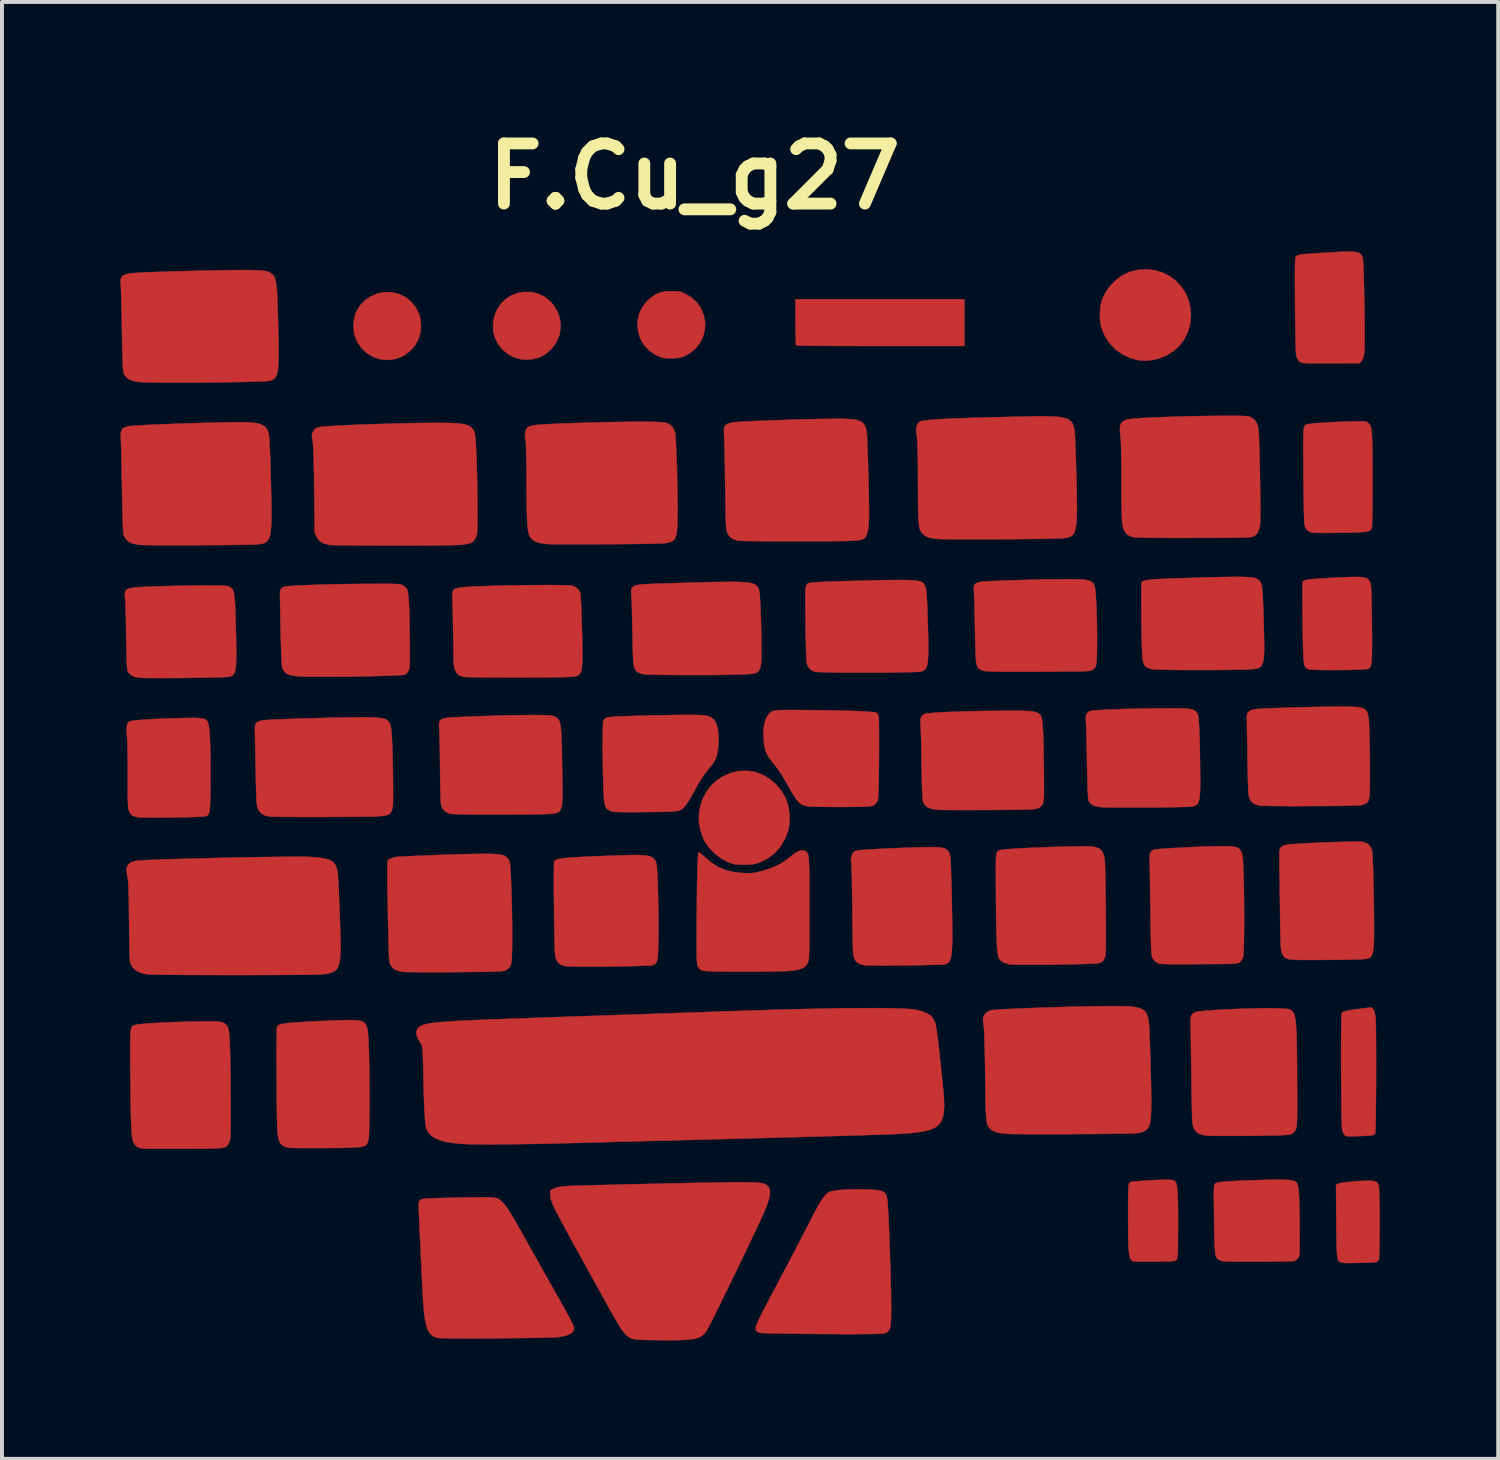
<source format=kicad_pcb>
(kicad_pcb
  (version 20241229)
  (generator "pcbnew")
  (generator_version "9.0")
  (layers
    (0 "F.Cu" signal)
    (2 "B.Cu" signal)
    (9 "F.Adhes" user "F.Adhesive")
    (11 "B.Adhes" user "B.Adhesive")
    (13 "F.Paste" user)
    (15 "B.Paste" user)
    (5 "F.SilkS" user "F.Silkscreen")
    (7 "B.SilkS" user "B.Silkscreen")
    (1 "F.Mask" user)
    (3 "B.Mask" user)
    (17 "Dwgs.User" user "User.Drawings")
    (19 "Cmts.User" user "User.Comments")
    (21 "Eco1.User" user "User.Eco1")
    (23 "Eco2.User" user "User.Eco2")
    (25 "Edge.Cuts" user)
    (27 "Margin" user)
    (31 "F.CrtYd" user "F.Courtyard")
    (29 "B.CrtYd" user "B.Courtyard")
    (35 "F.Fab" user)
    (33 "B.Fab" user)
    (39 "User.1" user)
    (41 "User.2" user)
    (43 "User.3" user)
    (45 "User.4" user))
  (footprint "F.Cu_g27"
    (layer "F.Cu")
    (at 14.542 1.418)
    (property "Reference" "F.Cu_g27" (at 0 0 0) (layer "F.SilkS") (effects (font (size 1.524 1.524) (thickness 0.3))))
    (attr through_hole)
    (fp_poly (pts (xy 6.837 4.297) (xy 4.713 4.297) (xy 4.417 4.297) (xy 4.133 4.296) (xy 3.863 4.296) (xy 3.611 4.295) (xy 3.38 4.294) (xy 3.173 4.292) (xy 2.991 4.291) (xy 2.839 4.289) (xy 2.718 4.288) (xy 2.633 4.286) (xy 2.585 4.284) (xy 2.575 4.283) (xy 2.572 4.259) (xy 2.568 4.198) (xy 2.565 4.106) (xy 2.563 3.988) (xy 2.562 3.851) (xy 2.561 3.699) (xy 2.561 3.69) (xy 2.561 3.111) (xy 6.837 3.111) (xy 6.837 4.297)) (stroke (width 0.01) (type solid)) (fill yes) (layer "F.Cu"))
    (fp_poly (pts (xy -4.139 2.931) (xy -3.969 2.97) (xy -3.816 3.04) (xy -3.683 3.137) (xy -3.572 3.257) (xy -3.486 3.394) (xy -3.425 3.545) (xy -3.394 3.705) (xy -3.394 3.87) (xy -3.426 4.034) (xy -3.495 4.194) (xy -3.6 4.346) (xy -3.614 4.362) (xy -3.755 4.489) (xy -3.915 4.579) (xy -4.092 4.63) (xy -4.282 4.642) (xy -4.386 4.633) (xy -4.556 4.589) (xy -4.712 4.509) (xy -4.849 4.399) (xy -4.962 4.265) (xy -5.045 4.112) (xy -5.093 3.945) (xy -5.098 3.909) (xy -5.101 3.716) (xy -5.067 3.535) (xy -4.999 3.369) (xy -4.9 3.224) (xy -4.775 3.103) (xy -4.626 3.009) (xy -4.456 2.949) (xy -4.325 2.928) (xy -4.139 2.931)) (stroke (width 0.01) (type solid)) (fill yes) (layer "F.Cu"))
    (fp_poly (pts (xy -7.515 2.97) (xy -7.349 3.043) (xy -7.303 3.072) (xy -7.162 3.19) (xy -7.054 3.327) (xy -6.979 3.48) (xy -6.937 3.643) (xy -6.926 3.811) (xy -6.946 3.977) (xy -6.998 4.137) (xy -7.081 4.285) (xy -7.194 4.416) (xy -7.338 4.524) (xy -7.4 4.559) (xy -7.579 4.626) (xy -7.761 4.651) (xy -7.951 4.635) (xy -7.958 4.634) (xy -8.129 4.579) (xy -8.285 4.488) (xy -8.419 4.366) (xy -8.527 4.218) (xy -8.603 4.048) (xy -8.604 4.046) (xy -8.631 3.911) (xy -8.636 3.758) (xy -8.618 3.603) (xy -8.581 3.463) (xy -8.562 3.418) (xy -8.465 3.262) (xy -8.341 3.135) (xy -8.196 3.036) (xy -8.035 2.969) (xy -7.864 2.934) (xy -7.689 2.934) (xy -7.515 2.97)) (stroke (width 0.01) (type solid)) (fill yes) (layer "F.Cu"))
    (fp_poly (pts (xy 11.67 2.378) (xy 11.863 2.437) (xy 12.04 2.527) (xy 12.198 2.647) (xy 12.334 2.792) (xy 12.443 2.96) (xy 12.523 3.15) (xy 12.568 3.357) (xy 12.578 3.514) (xy 12.558 3.733) (xy 12.501 3.937) (xy 12.409 4.123) (xy 12.286 4.287) (xy 12.135 4.426) (xy 11.959 4.537) (xy 11.761 4.616) (xy 11.544 4.66) (xy 11.493 4.664) (xy 11.4 4.667) (xy 11.305 4.663) (xy 11.25 4.657) (xy 11.041 4.603) (xy 10.848 4.513) (xy 10.675 4.391) (xy 10.527 4.24) (xy 10.408 4.065) (xy 10.322 3.87) (xy 10.296 3.776) (xy 10.273 3.619) (xy 10.272 3.445) (xy 10.291 3.272) (xy 10.329 3.118) (xy 10.33 3.116) (xy 10.412 2.941) (xy 10.528 2.777) (xy 10.671 2.631) (xy 10.834 2.512) (xy 11.009 2.426) (xy 11.04 2.415) (xy 11.256 2.364) (xy 11.467 2.353) (xy 11.67 2.378)) (stroke (width 0.01) (type solid)) (fill yes) (layer "F.Cu"))
    (fp_poly (pts (xy -0.478 2.913) (xy -0.403 2.918) (xy -0.343 2.93) (xy -0.284 2.952) (xy -0.245 2.969) (xy -0.076 3.067) (xy 0.058 3.188) (xy 0.16 3.336) (xy 0.234 3.513) (xy 0.237 3.521) (xy 0.27 3.701) (xy 0.264 3.88) (xy 0.221 4.052) (xy 0.143 4.212) (xy 0.033 4.354) (xy -0.107 4.473) (xy -0.229 4.543) (xy -0.297 4.573) (xy -0.364 4.591) (xy -0.442 4.602) (xy -0.548 4.607) (xy -0.55 4.608) (xy -0.679 4.607) (xy -0.782 4.598) (xy -0.836 4.586) (xy -1.015 4.506) (xy -1.166 4.396) (xy -1.286 4.26) (xy -1.374 4.101) (xy -1.427 3.923) (xy -1.443 3.73) (xy -1.437 3.635) (xy -1.4 3.481) (xy -1.329 3.33) (xy -1.228 3.191) (xy -1.105 3.073) (xy -0.967 2.983) (xy -0.916 2.96) (xy -0.845 2.936) (xy -0.772 2.921) (xy -0.685 2.913) (xy -0.582 2.911) (xy -0.478 2.913)) (stroke (width 0.01) (type solid)) (fill yes) (layer "F.Cu"))
    (fp_poly (pts (xy 1.534 15.088) (xy 1.731 15.159) (xy 1.914 15.269) (xy 2.063 15.397) (xy 2.208 15.571) (xy 2.315 15.763) (xy 2.383 15.972) (xy 2.412 16.197) (xy 2.413 16.25) (xy 2.405 16.41) (xy 2.378 16.555) (xy 2.328 16.701) (xy 2.284 16.799) (xy 2.173 16.985) (xy 2.029 17.146) (xy 1.858 17.277) (xy 1.665 17.374) (xy 1.568 17.408) (xy 1.477 17.425) (xy 1.361 17.436) (xy 1.233 17.439) (xy 1.11 17.434) (xy 1.007 17.422) (xy 0.987 17.418) (xy 0.826 17.361) (xy 0.665 17.27) (xy 0.513 17.153) (xy 0.379 17.015) (xy 0.272 16.866) (xy 0.236 16.798) (xy 0.157 16.589) (xy 0.117 16.378) (xy 0.113 16.17) (xy 0.144 15.967) (xy 0.206 15.774) (xy 0.3 15.596) (xy 0.421 15.436) (xy 0.568 15.299) (xy 0.74 15.188) (xy 0.933 15.108) (xy 1.118 15.066) (xy 1.329 15.056) (xy 1.534 15.088)) (stroke (width 0.01) (type solid)) (fill yes) (layer "F.Cu"))
    (fp_poly (pts (xy 17.183 25.446) (xy 17.253 25.46) (xy 17.297 25.489) (xy 17.324 25.537) (xy 17.336 25.58) (xy 17.341 25.623) (xy 17.345 25.7) (xy 17.349 25.808) (xy 17.352 25.941) (xy 17.354 26.092) (xy 17.355 26.257) (xy 17.356 26.431) (xy 17.356 26.606) (xy 17.355 26.778) (xy 17.354 26.942) (xy 17.352 27.092) (xy 17.349 27.222) (xy 17.346 27.327) (xy 17.342 27.401) (xy 17.337 27.439) (xy 17.336 27.441) (xy 17.304 27.485) (xy 17.267 27.504) (xy 17.232 27.508) (xy 17.164 27.512) (xy 17.072 27.516) (xy 16.964 27.519) (xy 16.849 27.523) (xy 16.734 27.525) (xy 16.629 27.527) (xy 16.542 27.528) (xy 16.482 27.527) (xy 16.457 27.526) (xy 16.422 27.517) (xy 16.381 27.508) (xy 16.355 27.502) (xy 16.334 27.491) (xy 16.316 27.472) (xy 16.302 27.443) (xy 16.29 27.399) (xy 16.282 27.336) (xy 16.275 27.252) (xy 16.27 27.142) (xy 16.267 27.003) (xy 16.264 26.831) (xy 16.262 26.622) (xy 16.26 26.465) (xy 16.253 25.551) (xy 16.302 25.52) (xy 16.343 25.506) (xy 16.419 25.491) (xy 16.521 25.478) (xy 16.641 25.465) (xy 16.772 25.454) (xy 16.905 25.447) (xy 17.032 25.443) (xy 17.08 25.442) (xy 17.183 25.446)) (stroke (width 0.01) (type solid)) (fill yes) (layer "F.Cu"))
    (fp_poly (pts (xy 17.19 21.096) (xy 17.215 21.132) (xy 17.233 21.188) (xy 17.248 21.272) (xy 17.254 21.32) (xy 17.257 21.373) (xy 17.26 21.461) (xy 17.263 21.581) (xy 17.265 21.727) (xy 17.266 21.896) (xy 17.267 22.083) (xy 17.268 22.284) (xy 17.268 22.495) (xy 17.267 22.711) (xy 17.267 22.929) (xy 17.266 23.143) (xy 17.264 23.351) (xy 17.262 23.546) (xy 17.26 23.726) (xy 17.258 23.885) (xy 17.255 24.021) (xy 17.252 24.127) (xy 17.248 24.201) (xy 17.245 24.237) (xy 17.244 24.239) (xy 17.232 24.26) (xy 17.214 24.275) (xy 17.183 24.286) (xy 17.135 24.294) (xy 17.062 24.301) (xy 16.958 24.307) (xy 16.844 24.312) (xy 16.719 24.317) (xy 16.629 24.319) (xy 16.567 24.318) (xy 16.526 24.313) (xy 16.498 24.303) (xy 16.476 24.289) (xy 16.472 24.286) (xy 16.436 24.237) (xy 16.41 24.155) (xy 16.405 24.124) (xy 16.401 24.082) (xy 16.398 24.004) (xy 16.395 23.893) (xy 16.392 23.755) (xy 16.39 23.592) (xy 16.388 23.41) (xy 16.386 23.213) (xy 16.384 23.004) (xy 16.383 22.789) (xy 16.382 22.572) (xy 16.382 22.356) (xy 16.382 22.146) (xy 16.382 21.947) (xy 16.383 21.763) (xy 16.384 21.598) (xy 16.385 21.456) (xy 16.387 21.341) (xy 16.39 21.259) (xy 16.392 21.212) (xy 16.394 21.204) (xy 16.41 21.182) (xy 16.444 21.162) (xy 16.5 21.145) (xy 16.583 21.127) (xy 16.698 21.109) (xy 16.85 21.089) (xy 16.854 21.088) (xy 17.145 21.052) (xy 17.19 21.096)) (stroke (width 0.01) (type solid)) (fill yes) (layer "F.Cu"))
    (fp_poly (pts (xy 12.093 25.423) (xy 12.153 25.441) (xy 12.191 25.475) (xy 12.214 25.534) (xy 12.227 25.622) (xy 12.237 25.744) (xy 12.239 25.775) (xy 12.243 25.865) (xy 12.247 25.991) (xy 12.25 26.142) (xy 12.252 26.312) (xy 12.252 26.492) (xy 12.252 26.674) (xy 12.251 26.727) (xy 12.249 26.917) (xy 12.247 27.068) (xy 12.245 27.186) (xy 12.242 27.276) (xy 12.237 27.341) (xy 12.232 27.386) (xy 12.225 27.416) (xy 12.217 27.435) (xy 12.207 27.447) (xy 12.192 27.459) (xy 12.169 27.468) (xy 12.133 27.475) (xy 12.078 27.481) (xy 12.001 27.484) (xy 11.894 27.487) (xy 11.755 27.49) (xy 11.645 27.491) (xy 11.481 27.493) (xy 11.354 27.494) (xy 11.258 27.493) (xy 11.189 27.49) (xy 11.141 27.486) (xy 11.109 27.479) (xy 11.087 27.469) (xy 11.072 27.459) (xy 11.053 27.438) (xy 11.036 27.406) (xy 11.023 27.361) (xy 11.012 27.298) (xy 11.003 27.214) (xy 10.996 27.105) (xy 10.992 26.969) (xy 10.989 26.801) (xy 10.987 26.599) (xy 10.986 26.358) (xy 10.986 26.328) (xy 10.986 26.12) (xy 10.987 25.95) (xy 10.988 25.815) (xy 10.99 25.71) (xy 10.993 25.632) (xy 10.997 25.575) (xy 11.002 25.537) (xy 11.009 25.513) (xy 11.017 25.498) (xy 11.019 25.497) (xy 11.061 25.469) (xy 11.088 25.463) (xy 11.122 25.461) (xy 11.188 25.457) (xy 11.278 25.45) (xy 11.382 25.442) (xy 11.385 25.442) (xy 11.518 25.433) (xy 11.667 25.426) (xy 11.81 25.42) (xy 11.889 25.419) (xy 12.008 25.418) (xy 12.093 25.423)) (stroke (width 0.01) (type solid)) (fill yes) (layer "F.Cu"))
    (fp_poly (pts (xy 16.707 1.912) (xy 16.781 1.923) (xy 16.835 1.941) (xy 16.873 1.966) (xy 16.9 1.999) (xy 16.919 2.039) (xy 16.931 2.077) (xy 16.937 2.117) (xy 16.942 2.193) (xy 16.947 2.303) (xy 16.952 2.44) (xy 16.956 2.599) (xy 16.961 2.777) (xy 16.965 2.967) (xy 16.968 3.165) (xy 16.971 3.367) (xy 16.973 3.566) (xy 16.975 3.759) (xy 16.976 3.94) (xy 16.976 4.105) (xy 16.975 4.248) (xy 16.973 4.364) (xy 16.97 4.45) (xy 16.966 4.494) (xy 16.94 4.606) (xy 16.902 4.673) (xy 16.852 4.731) (xy 16.136 4.736) (xy 15.965 4.736) (xy 15.805 4.736) (xy 15.663 4.735) (xy 15.544 4.732) (xy 15.453 4.729) (xy 15.395 4.726) (xy 15.378 4.722) (xy 15.306 4.67) (xy 15.259 4.585) (xy 15.243 4.529) (xy 15.239 4.49) (xy 15.235 4.413) (xy 15.231 4.302) (xy 15.227 4.16) (xy 15.224 3.993) (xy 15.221 3.803) (xy 15.218 3.595) (xy 15.216 3.374) (xy 15.215 3.242) (xy 15.214 2.987) (xy 15.213 2.772) (xy 15.212 2.591) (xy 15.212 2.444) (xy 15.213 2.325) (xy 15.214 2.232) (xy 15.216 2.161) (xy 15.22 2.109) (xy 15.224 2.073) (xy 15.229 2.049) (xy 15.236 2.034) (xy 15.244 2.024) (xy 15.249 2.02) (xy 15.27 2.007) (xy 15.294 1.996) (xy 15.329 1.986) (xy 15.378 1.978) (xy 15.446 1.97) (xy 15.539 1.962) (xy 15.662 1.953) (xy 15.819 1.943) (xy 15.917 1.937) (xy 16.144 1.923) (xy 16.333 1.913) (xy 16.487 1.907) (xy 16.611 1.907) (xy 16.707 1.912)) (stroke (width 0.01) (type solid)) (fill yes) (layer "F.Cu"))
    (fp_poly (pts (xy 16.8 10.147) (xy 16.889 10.152) (xy 16.957 10.16) (xy 17.009 10.173) (xy 17.046 10.191) (xy 17.074 10.215) (xy 17.095 10.244) (xy 17.11 10.273) (xy 17.12 10.295) (xy 17.128 10.321) (xy 17.134 10.356) (xy 17.14 10.403) (xy 17.144 10.467) (xy 17.148 10.551) (xy 17.151 10.659) (xy 17.154 10.796) (xy 17.157 10.964) (xy 17.159 11.168) (xy 17.161 11.31) (xy 17.163 11.556) (xy 17.165 11.763) (xy 17.165 11.935) (xy 17.163 12.075) (xy 17.16 12.188) (xy 17.155 12.275) (xy 17.147 12.341) (xy 17.136 12.39) (xy 17.123 12.424) (xy 17.106 12.448) (xy 17.086 12.465) (xy 17.075 12.472) (xy 17.04 12.48) (xy 16.967 12.488) (xy 16.865 12.494) (xy 16.74 12.499) (xy 16.597 12.503) (xy 16.442 12.505) (xy 16.282 12.507) (xy 16.124 12.507) (xy 15.972 12.505) (xy 15.835 12.503) (xy 15.716 12.498) (xy 15.624 12.493) (xy 15.564 12.486) (xy 15.546 12.481) (xy 15.519 12.468) (xy 15.496 12.454) (xy 15.477 12.434) (xy 15.461 12.406) (xy 15.449 12.366) (xy 15.439 12.31) (xy 15.431 12.236) (xy 15.425 12.138) (xy 15.42 12.014) (xy 15.416 11.86) (xy 15.413 11.673) (xy 15.41 11.449) (xy 15.408 11.314) (xy 15.406 11.11) (xy 15.404 10.918) (xy 15.402 10.744) (xy 15.401 10.591) (xy 15.401 10.462) (xy 15.401 10.364) (xy 15.402 10.299) (xy 15.404 10.272) (xy 15.404 10.272) (xy 15.422 10.251) (xy 15.462 10.233) (xy 15.528 10.218) (xy 15.625 10.205) (xy 15.755 10.193) (xy 15.917 10.183) (xy 16.164 10.169) (xy 16.372 10.159) (xy 16.545 10.151) (xy 16.686 10.147) (xy 16.8 10.147)) (stroke (width 0.01) (type solid)) (fill yes) (layer "F.Cu"))
    (fp_poly (pts (xy -12.592 13.719) (xy -12.505 13.726) (xy -12.441 13.737) (xy -12.395 13.753) (xy -12.362 13.777) (xy -12.338 13.807) (xy -12.326 13.829) (xy -12.309 13.883) (xy -12.295 13.977) (xy -12.283 14.109) (xy -12.273 14.277) (xy -12.266 14.478) (xy -12.261 14.711) (xy -12.259 14.974) (xy -12.259 15.263) (xy -12.26 15.388) (xy -12.262 15.591) (xy -12.265 15.757) (xy -12.268 15.888) (xy -12.274 15.989) (xy -12.282 16.065) (xy -12.294 16.12) (xy -12.309 16.157) (xy -12.329 16.182) (xy -12.355 16.198) (xy -12.386 16.21) (xy -12.391 16.211) (xy -12.428 16.216) (xy -12.503 16.221) (xy -12.607 16.226) (xy -12.736 16.23) (xy -12.885 16.234) (xy -13.046 16.237) (xy -13.214 16.24) (xy -13.383 16.242) (xy -13.548 16.243) (xy -13.702 16.243) (xy -13.84 16.243) (xy -13.955 16.241) (xy -14.042 16.239) (xy -14.095 16.235) (xy -14.1 16.234) (xy -14.191 16.214) (xy -14.252 16.184) (xy -14.293 16.137) (xy -14.32 16.082) (xy -14.33 16.054) (xy -14.338 16.022) (xy -14.344 15.98) (xy -14.349 15.924) (xy -14.352 15.85) (xy -14.354 15.752) (xy -14.355 15.626) (xy -14.355 15.468) (xy -14.355 15.273) (xy -14.355 15.24) (xy -14.355 15.052) (xy -14.356 14.865) (xy -14.358 14.686) (xy -14.361 14.524) (xy -14.365 14.384) (xy -14.369 14.275) (xy -14.373 14.224) (xy -14.381 14.084) (xy -14.382 13.979) (xy -14.374 13.904) (xy -14.357 13.854) (xy -14.328 13.82) (xy -14.305 13.806) (xy -14.259 13.794) (xy -14.174 13.782) (xy -14.051 13.77) (xy -13.895 13.759) (xy -13.708 13.748) (xy -13.491 13.738) (xy -13.25 13.729) (xy -13.038 13.723) (xy -12.854 13.719) (xy -12.706 13.717) (xy -12.592 13.719)) (stroke (width 0.01) (type solid)) (fill yes) (layer "F.Cu"))
    (fp_poly (pts (xy 12.388 13.477) (xy 12.506 13.485) (xy 12.596 13.501) (xy 12.663 13.525) (xy 12.711 13.561) (xy 12.743 13.611) (xy 12.762 13.676) (xy 12.773 13.758) (xy 12.78 13.86) (xy 12.786 13.984) (xy 12.786 13.997) (xy 12.791 14.107) (xy 12.795 14.25) (xy 12.8 14.418) (xy 12.804 14.602) (xy 12.807 14.794) (xy 12.809 14.984) (xy 12.81 15.039) (xy 12.812 15.26) (xy 12.812 15.442) (xy 12.808 15.59) (xy 12.8 15.706) (xy 12.785 15.795) (xy 12.763 15.861) (xy 12.732 15.907) (xy 12.69 15.938) (xy 12.636 15.956) (xy 12.568 15.965) (xy 12.485 15.971) (xy 12.446 15.972) (xy 12.354 15.975) (xy 12.231 15.978) (xy 12.083 15.981) (xy 11.915 15.983) (xy 11.732 15.984) (xy 11.54 15.986) (xy 11.345 15.987) (xy 11.152 15.987) (xy 10.966 15.987) (xy 10.793 15.987) (xy 10.639 15.986) (xy 10.509 15.985) (xy 10.408 15.983) (xy 10.343 15.981) (xy 10.329 15.98) (xy 10.204 15.964) (xy 10.113 15.94) (xy 10.049 15.903) (xy 10.004 15.851) (xy 9.983 15.812) (xy 9.976 15.775) (xy 9.97 15.696) (xy 9.963 15.576) (xy 9.957 15.416) (xy 9.952 15.217) (xy 9.947 14.979) (xy 9.944 14.838) (xy 9.941 14.639) (xy 9.937 14.45) (xy 9.933 14.274) (xy 9.929 14.118) (xy 9.925 13.985) (xy 9.921 13.882) (xy 9.917 13.814) (xy 9.915 13.793) (xy 9.912 13.689) (xy 9.931 13.616) (xy 9.975 13.569) (xy 10.02 13.547) (xy 10.068 13.537) (xy 10.155 13.528) (xy 10.275 13.519) (xy 10.426 13.51) (xy 10.603 13.502) (xy 10.801 13.494) (xy 11.017 13.488) (xy 11.247 13.483) (xy 11.485 13.479) (xy 11.73 13.476) (xy 11.833 13.476) (xy 12.055 13.475) (xy 12.239 13.474) (xy 12.388 13.477)) (stroke (width 0.01) (type solid)) (fill yes) (layer "F.Cu"))
    (fp_poly (pts (xy 2.607 13.519) (xy 2.807 13.52) (xy 2.815 13.52) (xy 3.123 13.523) (xy 3.408 13.527) (xy 3.668 13.532) (xy 3.902 13.538) (xy 4.107 13.545) (xy 4.281 13.552) (xy 4.42 13.561) (xy 4.523 13.57) (xy 4.588 13.579) (xy 4.608 13.585) (xy 4.648 13.627) (xy 4.668 13.679) (xy 4.67 13.714) (xy 4.672 13.786) (xy 4.673 13.892) (xy 4.675 14.027) (xy 4.675 14.186) (xy 4.675 14.365) (xy 4.675 14.559) (xy 4.674 14.753) (xy 4.672 14.988) (xy 4.67 15.183) (xy 4.669 15.344) (xy 4.666 15.474) (xy 4.664 15.577) (xy 4.66 15.656) (xy 4.656 15.716) (xy 4.651 15.759) (xy 4.644 15.79) (xy 4.637 15.813) (xy 4.63 15.827) (xy 4.609 15.864) (xy 4.589 15.894) (xy 4.564 15.917) (xy 4.531 15.936) (xy 4.484 15.949) (xy 4.42 15.959) (xy 4.334 15.965) (xy 4.222 15.969) (xy 4.08 15.971) (xy 3.902 15.973) (xy 3.758 15.973) (xy 3.581 15.973) (xy 3.412 15.973) (xy 3.258 15.971) (xy 3.123 15.969) (xy 3.015 15.966) (xy 2.939 15.963) (xy 2.91 15.961) (xy 2.831 15.949) (xy 2.764 15.93) (xy 2.704 15.902) (xy 2.649 15.858) (xy 2.593 15.796) (xy 2.532 15.71) (xy 2.463 15.597) (xy 2.381 15.453) (xy 2.34 15.378) (xy 2.201 15.144) (xy 2.062 14.946) (xy 2.007 14.877) (xy 1.918 14.767) (xy 1.855 14.673) (xy 1.812 14.582) (xy 1.783 14.483) (xy 1.763 14.362) (xy 1.757 14.312) (xy 1.746 14.126) (xy 1.756 13.957) (xy 1.786 13.811) (xy 1.834 13.69) (xy 1.899 13.601) (xy 1.958 13.558) (xy 1.982 13.547) (xy 2.007 13.538) (xy 2.038 13.531) (xy 2.08 13.525) (xy 2.137 13.522) (xy 2.214 13.519) (xy 2.315 13.518) (xy 2.444 13.518) (xy 2.607 13.519)) (stroke (width 0.01) (type solid)) (fill yes) (layer "F.Cu"))
    (fp_poly (pts (xy 14.882 25.416) (xy 15 25.42) (xy 15.09 25.427) (xy 15.157 25.438) (xy 15.205 25.453) (xy 15.237 25.473) (xy 15.243 25.478) (xy 15.262 25.503) (xy 15.278 25.539) (xy 15.291 25.589) (xy 15.302 25.658) (xy 15.31 25.748) (xy 15.317 25.864) (xy 15.322 26.01) (xy 15.326 26.188) (xy 15.328 26.402) (xy 15.329 26.547) (xy 15.331 26.751) (xy 15.332 26.918) (xy 15.332 27.051) (xy 15.331 27.154) (xy 15.329 27.233) (xy 15.326 27.29) (xy 15.321 27.331) (xy 15.315 27.36) (xy 15.306 27.38) (xy 15.296 27.397) (xy 15.291 27.404) (xy 15.242 27.449) (xy 15.187 27.477) (xy 15.185 27.477) (xy 15.151 27.48) (xy 15.079 27.483) (xy 14.975 27.486) (xy 14.843 27.488) (xy 14.688 27.49) (xy 14.515 27.492) (xy 14.329 27.493) (xy 14.256 27.493) (xy 14.039 27.493) (xy 13.861 27.493) (xy 13.716 27.493) (xy 13.602 27.491) (xy 13.513 27.489) (xy 13.446 27.486) (xy 13.397 27.481) (xy 13.361 27.475) (xy 13.334 27.467) (xy 13.314 27.458) (xy 13.282 27.442) (xy 13.255 27.424) (xy 13.234 27.401) (xy 13.216 27.37) (xy 13.202 27.326) (xy 13.192 27.265) (xy 13.184 27.184) (xy 13.178 27.078) (xy 13.173 26.945) (xy 13.169 26.779) (xy 13.166 26.577) (xy 13.164 26.427) (xy 13.161 26.211) (xy 13.159 26.035) (xy 13.157 25.892) (xy 13.157 25.78) (xy 13.158 25.694) (xy 13.161 25.631) (xy 13.164 25.586) (xy 13.17 25.556) (xy 13.177 25.536) (xy 13.185 25.522) (xy 13.189 25.518) (xy 13.208 25.504) (xy 13.241 25.492) (xy 13.29 25.481) (xy 13.359 25.471) (xy 13.451 25.462) (xy 13.569 25.454) (xy 13.717 25.446) (xy 13.897 25.439) (xy 14.114 25.431) (xy 14.33 25.424) (xy 14.551 25.418) (xy 14.734 25.416) (xy 14.882 25.416)) (stroke (width 0.01) (type solid)) (fill yes) (layer "F.Cu"))
    (fp_poly (pts (xy 16.962 6.205) (xy 17.001 6.21) (xy 17.028 6.218) (xy 17.049 6.231) (xy 17.065 6.243) (xy 17.087 6.262) (xy 17.106 6.283) (xy 17.122 6.309) (xy 17.135 6.344) (xy 17.146 6.392) (xy 17.155 6.454) (xy 17.161 6.535) (xy 17.166 6.638) (xy 17.17 6.766) (xy 17.172 6.923) (xy 17.174 7.111) (xy 17.175 7.335) (xy 17.175 7.597) (xy 17.175 7.652) (xy 17.175 7.874) (xy 17.175 8.084) (xy 17.174 8.279) (xy 17.172 8.454) (xy 17.17 8.606) (xy 17.168 8.73) (xy 17.165 8.822) (xy 17.163 8.879) (xy 17.161 8.895) (xy 17.151 8.926) (xy 17.137 8.951) (xy 17.116 8.971) (xy 17.083 8.987) (xy 17.033 8.999) (xy 16.963 9.008) (xy 16.869 9.014) (xy 16.745 9.019) (xy 16.588 9.023) (xy 16.394 9.026) (xy 16.362 9.027) (xy 16.158 9.03) (xy 15.993 9.032) (xy 15.862 9.032) (xy 15.762 9.03) (xy 15.688 9.026) (xy 15.636 9.021) (xy 15.603 9.013) (xy 15.601 9.012) (xy 15.529 8.967) (xy 15.484 8.911) (xy 15.475 8.894) (xy 15.467 8.875) (xy 15.461 8.85) (xy 15.455 8.816) (xy 15.451 8.769) (xy 15.447 8.706) (xy 15.443 8.624) (xy 15.44 8.519) (xy 15.438 8.388) (xy 15.435 8.227) (xy 15.433 8.034) (xy 15.43 7.803) (xy 15.428 7.609) (xy 15.425 7.342) (xy 15.423 7.114) (xy 15.422 6.921) (xy 15.422 6.762) (xy 15.423 6.632) (xy 15.425 6.529) (xy 15.43 6.449) (xy 15.436 6.389) (xy 15.445 6.346) (xy 15.457 6.317) (xy 15.471 6.299) (xy 15.488 6.289) (xy 15.509 6.282) (xy 15.53 6.278) (xy 15.598 6.268) (xy 15.702 6.257) (xy 15.835 6.246) (xy 15.99 6.236) (xy 16.162 6.226) (xy 16.343 6.217) (xy 16.528 6.211) (xy 16.563 6.21) (xy 16.711 6.205) (xy 16.823 6.203) (xy 16.904 6.203) (xy 16.962 6.205)) (stroke (width 0.01) (type solid)) (fill yes) (layer "F.Cu"))
    (fp_poly (pts (xy -12.089 21.408) (xy -11.986 21.423) (xy -11.91 21.451) (xy -11.855 21.496) (xy -11.818 21.561) (xy -11.795 21.65) (xy -11.781 21.765) (xy -11.773 21.911) (xy -11.767 22.09) (xy -11.766 22.096) (xy -11.763 22.223) (xy -11.759 22.374) (xy -11.756 22.545) (xy -11.753 22.731) (xy -11.751 22.927) (xy -11.75 23.129) (xy -11.749 23.33) (xy -11.748 23.528) (xy -11.748 23.716) (xy -11.748 23.889) (xy -11.749 24.044) (xy -11.751 24.176) (xy -11.753 24.278) (xy -11.756 24.348) (xy -11.759 24.377) (xy -11.788 24.477) (xy -11.826 24.545) (xy -11.879 24.589) (xy -11.883 24.591) (xy -11.902 24.599) (xy -11.927 24.606) (xy -11.963 24.612) (xy -12.013 24.617) (xy -12.08 24.621) (xy -12.17 24.624) (xy -12.284 24.626) (xy -12.428 24.628) (xy -12.604 24.63) (xy -12.816 24.631) (xy -12.965 24.632) (xy -13.2 24.632) (xy -13.412 24.632) (xy -13.599 24.631) (xy -13.758 24.629) (xy -13.885 24.626) (xy -13.978 24.622) (xy -14.032 24.618) (xy -14.044 24.616) (xy -14.122 24.581) (xy -14.177 24.529) (xy -14.213 24.47) (xy -14.226 24.436) (xy -14.237 24.388) (xy -14.247 24.322) (xy -14.256 24.235) (xy -14.264 24.126) (xy -14.27 23.991) (xy -14.275 23.829) (xy -14.28 23.635) (xy -14.284 23.409) (xy -14.287 23.146) (xy -14.289 22.846) (xy -14.291 22.677) (xy -14.292 22.426) (xy -14.294 22.215) (xy -14.294 22.039) (xy -14.293 21.895) (xy -14.29 21.78) (xy -14.285 21.691) (xy -14.277 21.623) (xy -14.266 21.574) (xy -14.25 21.541) (xy -14.23 21.519) (xy -14.205 21.506) (xy -14.175 21.498) (xy -14.139 21.491) (xy -14.111 21.486) (xy -14.037 21.476) (xy -13.925 21.465) (xy -13.781 21.454) (xy -13.61 21.444) (xy -13.416 21.434) (xy -13.203 21.425) (xy -12.978 21.417) (xy -12.745 21.411) (xy -12.594 21.408) (xy -12.389 21.403) (xy -12.222 21.402) (xy -12.089 21.408)) (stroke (width 0.01) (type solid)) (fill yes) (layer "F.Cu"))
    (fp_poly (pts (xy -8.53 21.38) (xy -8.44 21.397) (xy -8.374 21.429) (xy -8.327 21.481) (xy -8.295 21.558) (xy -8.275 21.663) (xy -8.262 21.801) (xy -8.253 21.976) (xy -8.253 21.992) (xy -8.248 22.133) (xy -8.244 22.297) (xy -8.24 22.48) (xy -8.238 22.677) (xy -8.236 22.884) (xy -8.235 23.095) (xy -8.234 23.306) (xy -8.234 23.511) (xy -8.236 23.707) (xy -8.237 23.888) (xy -8.24 24.05) (xy -8.243 24.187) (xy -8.247 24.294) (xy -8.252 24.368) (xy -8.255 24.398) (xy -8.277 24.468) (xy -8.305 24.525) (xy -8.32 24.544) (xy -8.347 24.56) (xy -8.392 24.574) (xy -8.456 24.586) (xy -8.544 24.595) (xy -8.658 24.602) (xy -8.802 24.608) (xy -8.978 24.612) (xy -9.189 24.614) (xy -9.438 24.615) (xy -9.536 24.615) (xy -9.737 24.615) (xy -9.901 24.615) (xy -10.031 24.614) (xy -10.133 24.612) (xy -10.211 24.609) (xy -10.269 24.604) (xy -10.313 24.599) (xy -10.346 24.591) (xy -10.373 24.581) (xy -10.386 24.576) (xy -10.45 24.538) (xy -10.496 24.486) (xy -10.528 24.412) (xy -10.55 24.31) (xy -10.562 24.207) (xy -10.566 24.148) (xy -10.569 24.056) (xy -10.572 23.933) (xy -10.575 23.785) (xy -10.578 23.616) (xy -10.58 23.431) (xy -10.582 23.233) (xy -10.583 23.028) (xy -10.585 22.82) (xy -10.585 22.614) (xy -10.586 22.413) (xy -10.586 22.223) (xy -10.585 22.047) (xy -10.584 21.891) (xy -10.583 21.758) (xy -10.581 21.653) (xy -10.579 21.582) (xy -10.575 21.547) (xy -10.575 21.545) (xy -10.561 21.523) (xy -10.54 21.504) (xy -10.506 21.487) (xy -10.457 21.473) (xy -10.389 21.46) (xy -10.298 21.449) (xy -10.181 21.438) (xy -10.034 21.428) (xy -9.853 21.417) (xy -9.635 21.405) (xy -9.546 21.4) (xy -9.387 21.393) (xy -9.22 21.386) (xy -9.056 21.38) (xy -8.91 21.376) (xy -8.795 21.373) (xy -8.647 21.373) (xy -8.53 21.38)) (stroke (width 0.01) (type solid)) (fill yes) (layer "F.Cu"))
    (fp_poly (pts (xy 8.256 13.538) (xy 8.408 13.542) (xy 8.529 13.55) (xy 8.623 13.565) (xy 8.694 13.589) (xy 8.744 13.623) (xy 8.778 13.669) (xy 8.8 13.73) (xy 8.813 13.807) (xy 8.821 13.901) (xy 8.828 14.016) (xy 8.829 14.027) (xy 8.833 14.117) (xy 8.838 14.242) (xy 8.842 14.394) (xy 8.845 14.566) (xy 8.849 14.751) (xy 8.851 14.942) (xy 8.852 15.066) (xy 8.854 15.266) (xy 8.854 15.429) (xy 8.854 15.559) (xy 8.853 15.66) (xy 8.85 15.736) (xy 8.847 15.793) (xy 8.841 15.835) (xy 8.834 15.865) (xy 8.824 15.89) (xy 8.82 15.899) (xy 8.78 15.959) (xy 8.723 15.999) (xy 8.642 16.023) (xy 8.543 16.034) (xy 8.48 16.037) (xy 8.383 16.04) (xy 8.256 16.043) (xy 8.103 16.045) (xy 7.93 16.047) (xy 7.743 16.049) (xy 7.545 16.05) (xy 7.342 16.051) (xy 7.14 16.052) (xy 6.943 16.052) (xy 6.756 16.052) (xy 6.584 16.052) (xy 6.433 16.051) (xy 6.306 16.05) (xy 6.211 16.048) (xy 6.151 16.046) (xy 6.138 16.045) (xy 6.002 16.021) (xy 5.902 15.98) (xy 5.833 15.92) (xy 5.807 15.879) (xy 5.797 15.857) (xy 5.789 15.829) (xy 5.783 15.792) (xy 5.777 15.742) (xy 5.772 15.674) (xy 5.768 15.585) (xy 5.765 15.471) (xy 5.761 15.327) (xy 5.758 15.15) (xy 5.755 14.936) (xy 5.754 14.87) (xy 5.75 14.672) (xy 5.747 14.484) (xy 5.743 14.312) (xy 5.739 14.161) (xy 5.735 14.033) (xy 5.731 13.936) (xy 5.728 13.873) (xy 5.726 13.854) (xy 5.724 13.752) (xy 5.756 13.675) (xy 5.822 13.623) (xy 5.831 13.62) (xy 5.879 13.608) (xy 5.966 13.597) (xy 6.088 13.587) (xy 6.242 13.577) (xy 6.425 13.568) (xy 6.633 13.56) (xy 6.862 13.553) (xy 7.109 13.547) (xy 7.371 13.543) (xy 7.645 13.54) (xy 7.842 13.539) (xy 8.068 13.538) (xy 8.256 13.538)) (stroke (width 0.01) (type solid)) (fill yes) (layer "F.Cu"))
    (fp_poly (pts (xy 9.564 10.205) (xy 9.62 10.205) (xy 9.773 10.211) (xy 9.889 10.219) (xy 9.976 10.233) (xy 10.038 10.255) (xy 10.081 10.286) (xy 10.113 10.327) (xy 10.132 10.368) (xy 10.145 10.418) (xy 10.156 10.504) (xy 10.166 10.62) (xy 10.175 10.761) (xy 10.183 10.922) (xy 10.189 11.096) (xy 10.194 11.279) (xy 10.197 11.466) (xy 10.198 11.65) (xy 10.198 11.826) (xy 10.196 11.99) (xy 10.193 12.135) (xy 10.187 12.257) (xy 10.179 12.349) (xy 10.169 12.407) (xy 10.164 12.42) (xy 10.126 12.466) (xy 10.081 12.504) (xy 10.067 12.512) (xy 10.047 12.518) (xy 10.019 12.524) (xy 9.98 12.529) (xy 9.925 12.532) (xy 9.852 12.536) (xy 9.757 12.538) (xy 9.638 12.54) (xy 9.491 12.542) (xy 9.314 12.543) (xy 9.101 12.544) (xy 8.852 12.546) (xy 8.711 12.546) (xy 8.432 12.547) (xy 8.192 12.547) (xy 7.989 12.547) (xy 7.819 12.546) (xy 7.679 12.545) (xy 7.567 12.543) (xy 7.479 12.54) (xy 7.413 12.536) (xy 7.365 12.532) (xy 7.333 12.526) (xy 7.318 12.522) (xy 7.272 12.505) (xy 7.235 12.489) (xy 7.204 12.469) (xy 7.179 12.441) (xy 7.159 12.402) (xy 7.145 12.348) (xy 7.133 12.274) (xy 7.125 12.177) (xy 7.12 12.054) (xy 7.115 11.899) (xy 7.111 11.71) (xy 7.108 11.493) (xy 7.104 11.301) (xy 7.1 11.118) (xy 7.096 10.949) (xy 7.092 10.798) (xy 7.087 10.673) (xy 7.084 10.578) (xy 7.08 10.518) (xy 7.079 10.508) (xy 7.076 10.414) (xy 7.091 10.349) (xy 7.133 10.307) (xy 7.205 10.28) (xy 7.292 10.266) (xy 7.355 10.261) (xy 7.456 10.255) (xy 7.587 10.249) (xy 7.745 10.242) (xy 7.924 10.236) (xy 8.117 10.23) (xy 8.321 10.224) (xy 8.529 10.219) (xy 8.735 10.214) (xy 8.936 10.21) (xy 9.124 10.207) (xy 9.295 10.205) (xy 9.444 10.204) (xy 9.564 10.205)) (stroke (width 0.01) (type solid)) (fill yes) (layer "F.Cu"))
    (fp_poly (pts (xy 13.918 10.147) (xy 14.01 10.151) (xy 14.084 10.156) (xy 14.143 10.164) (xy 14.19 10.174) (xy 14.226 10.186) (xy 14.256 10.2) (xy 14.282 10.216) (xy 14.287 10.22) (xy 14.312 10.241) (xy 14.333 10.265) (xy 14.35 10.298) (xy 14.365 10.342) (xy 14.376 10.402) (xy 14.386 10.482) (xy 14.394 10.585) (xy 14.401 10.715) (xy 14.407 10.876) (xy 14.413 11.072) (xy 14.419 11.282) (xy 14.426 11.535) (xy 14.431 11.75) (xy 14.433 11.929) (xy 14.431 12.075) (xy 14.423 12.193) (xy 14.409 12.285) (xy 14.388 12.354) (xy 14.358 12.405) (xy 14.318 12.439) (xy 14.266 12.462) (xy 14.203 12.475) (xy 14.126 12.483) (xy 14.034 12.489) (xy 13.997 12.491) (xy 13.907 12.494) (xy 13.786 12.498) (xy 13.638 12.5) (xy 13.469 12.502) (xy 13.284 12.504) (xy 13.088 12.505) (xy 12.886 12.505) (xy 12.682 12.505) (xy 12.482 12.505) (xy 12.291 12.504) (xy 12.113 12.502) (xy 11.955 12.5) (xy 11.82 12.497) (xy 11.714 12.494) (xy 11.642 12.49) (xy 11.614 12.487) (xy 11.541 12.47) (xy 11.477 12.445) (xy 11.459 12.435) (xy 11.432 12.417) (xy 11.409 12.396) (xy 11.391 12.37) (xy 11.376 12.334) (xy 11.363 12.286) (xy 11.353 12.221) (xy 11.346 12.135) (xy 11.34 12.026) (xy 11.335 11.889) (xy 11.331 11.72) (xy 11.327 11.517) (xy 11.323 11.282) (xy 11.321 11.083) (xy 11.319 10.896) (xy 11.318 10.727) (xy 11.319 10.578) (xy 11.319 10.455) (xy 11.321 10.362) (xy 11.324 10.303) (xy 11.327 10.284) (xy 11.344 10.264) (xy 11.376 10.247) (xy 11.428 10.233) (xy 11.501 10.221) (xy 11.601 10.211) (xy 11.73 10.202) (xy 11.893 10.194) (xy 12.092 10.186) (xy 12.213 10.182) (xy 12.546 10.172) (xy 12.839 10.163) (xy 13.095 10.156) (xy 13.317 10.151) (xy 13.508 10.147) (xy 13.669 10.145) (xy 13.805 10.145) (xy 13.918 10.147)) (stroke (width 0.01) (type solid)) (fill yes) (layer "F.Cu"))
    (fp_poly (pts (xy 16.876 16.854) (xy 16.918 16.857) (xy 17.027 16.891) (xy 17.107 16.955) (xy 17.157 17.049) (xy 17.165 17.074) (xy 17.171 17.118) (xy 17.177 17.199) (xy 17.182 17.312) (xy 17.188 17.453) (xy 17.194 17.616) (xy 17.199 17.797) (xy 17.203 17.989) (xy 17.207 18.19) (xy 17.211 18.393) (xy 17.213 18.593) (xy 17.215 18.785) (xy 17.216 18.966) (xy 17.216 19.128) (xy 17.215 19.268) (xy 17.213 19.381) (xy 17.209 19.461) (xy 17.209 19.471) (xy 17.195 19.597) (xy 17.176 19.688) (xy 17.147 19.751) (xy 17.107 19.793) (xy 17.065 19.816) (xy 17.026 19.823) (xy 16.945 19.829) (xy 16.822 19.835) (xy 16.656 19.839) (xy 16.449 19.843) (xy 16.199 19.846) (xy 16.066 19.847) (xy 15.835 19.849) (xy 15.643 19.85) (xy 15.485 19.85) (xy 15.359 19.849) (xy 15.259 19.847) (xy 15.182 19.844) (xy 15.125 19.84) (xy 15.083 19.835) (xy 15.052 19.828) (xy 15.039 19.823) (xy 14.986 19.804) (xy 14.954 19.792) (xy 14.949 19.791) (xy 14.938 19.774) (xy 14.913 19.731) (xy 14.896 19.701) (xy 14.886 19.681) (xy 14.877 19.66) (xy 14.87 19.636) (xy 14.864 19.603) (xy 14.859 19.56) (xy 14.854 19.502) (xy 14.85 19.425) (xy 14.847 19.327) (xy 14.844 19.204) (xy 14.841 19.052) (xy 14.838 18.867) (xy 14.835 18.647) (xy 14.832 18.426) (xy 14.829 18.202) (xy 14.826 17.988) (xy 14.824 17.789) (xy 14.821 17.608) (xy 14.819 17.45) (xy 14.818 17.319) (xy 14.817 17.219) (xy 14.816 17.154) (xy 14.816 17.134) (xy 14.826 17.049) (xy 14.859 16.989) (xy 14.922 16.95) (xy 15.018 16.928) (xy 15.054 16.924) (xy 15.168 16.915) (xy 15.309 16.905) (xy 15.47 16.896) (xy 15.645 16.887) (xy 15.829 16.878) (xy 16.015 16.871) (xy 16.2 16.864) (xy 16.375 16.859) (xy 16.536 16.855) (xy 16.677 16.853) (xy 16.792 16.852) (xy 16.876 16.854)) (stroke (width 0.01) (type solid)) (fill yes) (layer "F.Cu"))
    (fp_poly (pts (xy -7.746 10.322) (xy -7.641 10.323) (xy -7.561 10.326) (xy -7.502 10.33) (xy -7.459 10.335) (xy -7.428 10.342) (xy -7.404 10.35) (xy -7.393 10.356) (xy -7.336 10.397) (xy -7.292 10.443) (xy -7.29 10.446) (xy -7.274 10.483) (xy -7.26 10.543) (xy -7.248 10.629) (xy -7.238 10.742) (xy -7.23 10.887) (xy -7.223 11.064) (xy -7.218 11.277) (xy -7.215 11.528) (xy -7.213 11.708) (xy -7.212 11.908) (xy -7.211 12.07) (xy -7.211 12.198) (xy -7.213 12.298) (xy -7.215 12.373) (xy -7.219 12.428) (xy -7.225 12.468) (xy -7.232 12.497) (xy -7.242 12.519) (xy -7.245 12.525) (xy -7.283 12.579) (xy -7.326 12.618) (xy -7.329 12.62) (xy -7.362 12.627) (xy -7.433 12.633) (xy -7.537 12.64) (xy -7.67 12.646) (xy -7.828 12.651) (xy -8.006 12.656) (xy -8.2 12.661) (xy -8.405 12.665) (xy -8.616 12.668) (xy -8.831 12.671) (xy -9.043 12.673) (xy -9.249 12.674) (xy -9.443 12.674) (xy -9.623 12.673) (xy -9.783 12.671) (xy -9.918 12.668) (xy -10.025 12.664) (xy -10.099 12.658) (xy -10.107 12.657) (xy -10.227 12.637) (xy -10.314 12.606) (xy -10.375 12.56) (xy -10.421 12.493) (xy -10.438 12.457) (xy -10.445 12.422) (xy -10.452 12.357) (xy -10.459 12.259) (xy -10.465 12.126) (xy -10.471 11.956) (xy -10.477 11.747) (xy -10.482 11.515) (xy -10.486 11.323) (xy -10.489 11.141) (xy -10.493 10.976) (xy -10.495 10.83) (xy -10.498 10.711) (xy -10.5 10.621) (xy -10.501 10.567) (xy -10.501 10.556) (xy -10.493 10.48) (xy -10.459 10.431) (xy -10.392 10.398) (xy -10.375 10.393) (xy -10.326 10.385) (xy -10.239 10.377) (xy -10.119 10.369) (xy -9.968 10.361) (xy -9.792 10.354) (xy -9.594 10.347) (xy -9.379 10.34) (xy -9.15 10.335) (xy -8.913 10.33) (xy -8.671 10.326) (xy -8.428 10.323) (xy -8.255 10.322) (xy -8.049 10.322) (xy -7.881 10.321) (xy -7.746 10.322)) (stroke (width 0.01) (type solid)) (fill yes) (layer "F.Cu"))
    (fp_poly (pts (xy 5.287 10.226) (xy 5.334 10.226) (xy 5.486 10.231) (xy 5.602 10.239) (xy 5.688 10.251) (xy 5.749 10.271) (xy 5.793 10.299) (xy 5.824 10.338) (xy 5.849 10.389) (xy 5.85 10.394) (xy 5.86 10.425) (xy 5.869 10.469) (xy 5.876 10.531) (xy 5.883 10.613) (xy 5.889 10.721) (xy 5.896 10.859) (xy 5.902 11.031) (xy 5.908 11.225) (xy 5.916 11.489) (xy 5.921 11.714) (xy 5.924 11.903) (xy 5.923 12.06) (xy 5.919 12.188) (xy 5.911 12.29) (xy 5.898 12.369) (xy 5.88 12.429) (xy 5.857 12.472) (xy 5.828 12.503) (xy 5.793 12.525) (xy 5.752 12.54) (xy 5.735 12.545) (xy 5.695 12.55) (xy 5.617 12.554) (xy 5.507 12.558) (xy 5.368 12.562) (xy 5.205 12.564) (xy 5.024 12.567) (xy 4.828 12.568) (xy 4.623 12.57) (xy 4.412 12.57) (xy 4.201 12.57) (xy 3.994 12.57) (xy 3.796 12.569) (xy 3.612 12.567) (xy 3.445 12.565) (xy 3.302 12.562) (xy 3.185 12.558) (xy 3.101 12.554) (xy 3.053 12.549) (xy 3.048 12.548) (xy 2.957 12.508) (xy 2.893 12.442) (xy 2.861 12.383) (xy 2.853 12.358) (xy 2.846 12.323) (xy 2.84 12.273) (xy 2.835 12.203) (xy 2.831 12.112) (xy 2.827 11.994) (xy 2.823 11.847) (xy 2.819 11.666) (xy 2.816 11.448) (xy 2.814 11.345) (xy 2.81 11.109) (xy 2.807 10.912) (xy 2.806 10.751) (xy 2.806 10.62) (xy 2.809 10.518) (xy 2.816 10.441) (xy 2.826 10.384) (xy 2.842 10.345) (xy 2.863 10.32) (xy 2.89 10.305) (xy 2.924 10.297) (xy 2.965 10.293) (xy 3.015 10.288) (xy 3.018 10.287) (xy 3.082 10.282) (xy 3.183 10.276) (xy 3.315 10.27) (xy 3.473 10.263) (xy 3.652 10.257) (xy 3.846 10.251) (xy 4.05 10.245) (xy 4.257 10.24) (xy 4.464 10.235) (xy 4.664 10.231) (xy 4.851 10.228) (xy 5.021 10.226) (xy 5.169 10.225) (xy 5.287 10.226)) (stroke (width 0.01) (type solid)) (fill yes) (layer "F.Cu"))
    (fp_poly (pts (xy -1.399 17.193) (xy -1.303 17.197) (xy -1.227 17.204) (xy -1.168 17.215) (xy -1.119 17.229) (xy -1.09 17.242) (xy -1.052 17.262) (xy -1.021 17.287) (xy -0.996 17.321) (xy -0.977 17.368) (xy -0.962 17.433) (xy -0.951 17.52) (xy -0.942 17.635) (xy -0.935 17.782) (xy -0.929 17.965) (xy -0.927 18.023) (xy -0.922 18.22) (xy -0.918 18.444) (xy -0.915 18.68) (xy -0.913 18.913) (xy -0.914 19.127) (xy -0.914 19.219) (xy -0.917 19.412) (xy -0.92 19.567) (xy -0.925 19.688) (xy -0.933 19.781) (xy -0.944 19.85) (xy -0.96 19.899) (xy -0.981 19.933) (xy -1.009 19.956) (xy -1.043 19.973) (xy -1.063 19.981) (xy -1.099 19.987) (xy -1.173 19.992) (xy -1.279 19.997) (xy -1.412 20.002) (xy -1.567 20.006) (xy -1.739 20.009) (xy -1.923 20.012) (xy -2.113 20.015) (xy -2.305 20.016) (xy -2.494 20.017) (xy -2.674 20.017) (xy -2.841 20.017) (xy -2.989 20.015) (xy -3.113 20.013) (xy -3.209 20.009) (xy -3.27 20.005) (xy -3.287 20.002) (xy -3.374 19.974) (xy -3.432 19.939) (xy -3.474 19.885) (xy -3.499 19.837) (xy -3.508 19.814) (xy -3.517 19.79) (xy -3.524 19.761) (xy -3.529 19.723) (xy -3.534 19.672) (xy -3.538 19.606) (xy -3.542 19.521) (xy -3.545 19.412) (xy -3.548 19.277) (xy -3.55 19.112) (xy -3.553 18.913) (xy -3.556 18.677) (xy -3.557 18.563) (xy -3.559 18.343) (xy -3.561 18.136) (xy -3.562 17.944) (xy -3.562 17.772) (xy -3.561 17.625) (xy -3.56 17.505) (xy -3.558 17.418) (xy -3.555 17.366) (xy -3.553 17.354) (xy -3.54 17.335) (xy -3.519 17.318) (xy -3.486 17.304) (xy -3.439 17.291) (xy -3.374 17.279) (xy -3.289 17.269) (xy -3.181 17.259) (xy -3.047 17.25) (xy -2.884 17.241) (xy -2.688 17.232) (xy -2.457 17.222) (xy -2.188 17.211) (xy -2.074 17.207) (xy -1.853 17.199) (xy -1.67 17.194) (xy -1.52 17.192) (xy -1.399 17.193)) (stroke (width 0.01) (type solid)) (fill yes) (layer "F.Cu"))
    (fp_poly (pts (xy -3.823 13.648) (xy -3.71 13.653) (xy -3.625 13.662) (xy -3.561 13.676) (xy -3.514 13.696) (xy -3.478 13.723) (xy -3.449 13.756) (xy -3.447 13.758) (xy -3.429 13.788) (xy -3.414 13.825) (xy -3.401 13.873) (xy -3.39 13.937) (xy -3.381 14.019) (xy -3.373 14.124) (xy -3.367 14.255) (xy -3.362 14.416) (xy -3.357 14.609) (xy -3.353 14.84) (xy -3.351 14.967) (xy -3.348 15.191) (xy -3.346 15.377) (xy -3.344 15.528) (xy -3.344 15.65) (xy -3.345 15.746) (xy -3.347 15.819) (xy -3.351 15.875) (xy -3.356 15.918) (xy -3.362 15.951) (xy -3.37 15.978) (xy -3.375 15.992) (xy -3.388 16.026) (xy -3.4 16.054) (xy -3.415 16.078) (xy -3.435 16.099) (xy -3.465 16.115) (xy -3.507 16.129) (xy -3.564 16.14) (xy -3.639 16.148) (xy -3.736 16.153) (xy -3.858 16.158) (xy -4.007 16.16) (xy -4.187 16.162) (xy -4.402 16.163) (xy -4.653 16.164) (xy -4.837 16.164) (xy -5.097 16.165) (xy -5.337 16.165) (xy -5.553 16.164) (xy -5.744 16.162) (xy -5.905 16.16) (xy -6.034 16.157) (xy -6.128 16.153) (xy -6.183 16.149) (xy -6.194 16.148) (xy -6.296 16.104) (xy -6.372 16.028) (xy -6.415 15.934) (xy -6.421 15.891) (xy -6.426 15.809) (xy -6.431 15.693) (xy -6.436 15.545) (xy -6.439 15.369) (xy -6.442 15.168) (xy -6.444 15.011) (xy -6.446 14.819) (xy -6.448 14.633) (xy -6.451 14.46) (xy -6.454 14.305) (xy -6.458 14.174) (xy -6.462 14.073) (xy -6.466 14.008) (xy -6.466 14.002) (xy -6.472 13.893) (xy -6.462 13.818) (xy -6.432 13.769) (xy -6.376 13.739) (xy -6.29 13.719) (xy -6.276 13.717) (xy -6.218 13.711) (xy -6.123 13.705) (xy -5.997 13.698) (xy -5.843 13.691) (xy -5.668 13.683) (xy -5.476 13.676) (xy -5.273 13.67) (xy -5.065 13.663) (xy -4.855 13.658) (xy -4.649 13.653) (xy -4.453 13.649) (xy -4.272 13.647) (xy -4.149 13.646) (xy -3.967 13.646) (xy -3.823 13.648)) (stroke (width 0.01) (type solid)) (fill yes) (layer "F.Cu"))
    (fp_poly (pts (xy -3.582 10.353) (xy -3.421 10.355) (xy -3.287 10.358) (xy -3.183 10.362) (xy -3.114 10.368) (xy -3.091 10.371) (xy -2.997 10.414) (xy -2.927 10.481) (xy -2.892 10.557) (xy -2.886 10.6) (xy -2.881 10.679) (xy -2.875 10.789) (xy -2.868 10.923) (xy -2.862 11.074) (xy -2.857 11.239) (xy -2.851 11.409) (xy -2.847 11.579) (xy -2.843 11.744) (xy -2.841 11.896) (xy -2.839 12.031) (xy -2.84 12.142) (xy -2.84 12.192) (xy -2.845 12.326) (xy -2.851 12.424) (xy -2.86 12.494) (xy -2.873 12.542) (xy -2.883 12.564) (xy -2.896 12.588) (xy -2.909 12.609) (xy -2.925 12.627) (xy -2.947 12.642) (xy -2.978 12.655) (xy -3.022 12.665) (xy -3.081 12.673) (xy -3.158 12.679) (xy -3.257 12.684) (xy -3.38 12.687) (xy -3.531 12.689) (xy -3.712 12.691) (xy -3.928 12.692) (xy -4.18 12.693) (xy -4.403 12.693) (xy -4.654 12.694) (xy -4.891 12.693) (xy -5.109 12.692) (xy -5.306 12.691) (xy -5.478 12.689) (xy -5.622 12.687) (xy -5.734 12.684) (xy -5.81 12.681) (xy -5.848 12.678) (xy -5.849 12.677) (xy -5.936 12.651) (xy -5.994 12.615) (xy -6.036 12.56) (xy -6.059 12.513) (xy -6.071 12.483) (xy -6.081 12.452) (xy -6.089 12.413) (xy -6.095 12.362) (xy -6.099 12.294) (xy -6.103 12.204) (xy -6.105 12.088) (xy -6.107 11.939) (xy -6.109 11.754) (xy -6.11 11.726) (xy -6.112 11.545) (xy -6.115 11.363) (xy -6.118 11.19) (xy -6.121 11.033) (xy -6.125 10.9) (xy -6.128 10.799) (xy -6.129 10.773) (xy -6.134 10.649) (xy -6.131 10.56) (xy -6.118 10.499) (xy -6.09 10.461) (xy -6.043 10.437) (xy -5.974 10.422) (xy -5.924 10.414) (xy -5.847 10.406) (xy -5.735 10.398) (xy -5.594 10.39) (xy -5.429 10.383) (xy -5.243 10.377) (xy -5.042 10.371) (xy -4.829 10.366) (xy -4.61 10.361) (xy -4.39 10.358) (xy -4.172 10.355) (xy -3.962 10.354) (xy -3.763 10.353) (xy -3.582 10.353)) (stroke (width 0.01) (type solid)) (fill yes) (layer "F.Cu"))
    (fp_poly (pts (xy 9.952 16.971) (xy 10.035 16.973) (xy 10.07 16.976) (xy 10.185 16.998) (xy 10.269 17.036) (xy 10.327 17.095) (xy 10.365 17.183) (xy 10.39 17.305) (xy 10.393 17.327) (xy 10.397 17.38) (xy 10.401 17.472) (xy 10.405 17.596) (xy 10.409 17.748) (xy 10.412 17.924) (xy 10.415 18.119) (xy 10.417 18.327) (xy 10.419 18.546) (xy 10.419 18.616) (xy 10.42 18.863) (xy 10.421 19.071) (xy 10.421 19.244) (xy 10.421 19.386) (xy 10.42 19.499) (xy 10.418 19.589) (xy 10.415 19.657) (xy 10.412 19.709) (xy 10.407 19.748) (xy 10.401 19.776) (xy 10.393 19.799) (xy 10.384 19.819) (xy 10.382 19.822) (xy 10.343 19.883) (xy 10.292 19.918) (xy 10.255 19.93) (xy 10.216 19.935) (xy 10.14 19.941) (xy 10.031 19.946) (xy 9.896 19.95) (xy 9.738 19.955) (xy 9.563 19.959) (xy 9.377 19.962) (xy 9.183 19.965) (xy 8.988 19.968) (xy 8.796 19.97) (xy 8.612 19.971) (xy 8.442 19.971) (xy 8.291 19.97) (xy 8.162 19.969) (xy 8.063 19.967) (xy 7.997 19.963) (xy 7.978 19.961) (xy 7.85 19.925) (xy 7.76 19.869) (xy 7.714 19.81) (xy 7.7 19.774) (xy 7.688 19.722) (xy 7.678 19.65) (xy 7.669 19.557) (xy 7.661 19.439) (xy 7.655 19.294) (xy 7.649 19.119) (xy 7.645 18.911) (xy 7.642 18.668) (xy 7.639 18.387) (xy 7.638 18.199) (xy 7.636 17.954) (xy 7.635 17.748) (xy 7.634 17.578) (xy 7.635 17.44) (xy 7.638 17.33) (xy 7.642 17.245) (xy 7.649 17.182) (xy 7.66 17.137) (xy 7.673 17.106) (xy 7.691 17.087) (xy 7.712 17.076) (xy 7.739 17.069) (xy 7.77 17.062) (xy 7.781 17.06) (xy 7.835 17.052) (xy 7.926 17.044) (xy 8.049 17.035) (xy 8.198 17.026) (xy 8.368 17.017) (xy 8.553 17.008) (xy 8.749 17) (xy 8.949 16.992) (xy 9.149 16.986) (xy 9.343 16.98) (xy 9.525 16.975) (xy 9.691 16.972) (xy 9.835 16.971) (xy 9.952 16.971)) (stroke (width 0.01) (type solid)) (fill yes) (layer "F.Cu"))
    (fp_poly (pts (xy 13.573 16.971) (xy 13.678 16.982) (xy 13.756 17.005) (xy 13.813 17.045) (xy 13.852 17.106) (xy 13.877 17.192) (xy 13.892 17.308) (xy 13.901 17.457) (xy 13.908 17.644) (xy 13.908 17.653) (xy 13.914 17.829) (xy 13.918 18.02) (xy 13.921 18.222) (xy 13.923 18.43) (xy 13.925 18.639) (xy 13.925 18.844) (xy 13.924 19.041) (xy 13.922 19.224) (xy 13.92 19.39) (xy 13.916 19.533) (xy 13.912 19.648) (xy 13.906 19.73) (xy 13.9 19.776) (xy 13.9 19.778) (xy 13.868 19.844) (xy 13.823 19.899) (xy 13.815 19.905) (xy 13.8 19.915) (xy 13.783 19.924) (xy 13.759 19.931) (xy 13.726 19.937) (xy 13.68 19.942) (xy 13.615 19.945) (xy 13.53 19.948) (xy 13.419 19.95) (xy 13.28 19.952) (xy 13.107 19.953) (xy 12.898 19.955) (xy 12.778 19.955) (xy 12.547 19.957) (xy 12.356 19.957) (xy 12.198 19.957) (xy 12.072 19.957) (xy 11.972 19.955) (xy 11.895 19.953) (xy 11.838 19.949) (xy 11.796 19.944) (xy 11.765 19.938) (xy 11.742 19.931) (xy 11.727 19.924) (xy 11.666 19.879) (xy 11.615 19.819) (xy 11.611 19.812) (xy 11.601 19.794) (xy 11.593 19.774) (xy 11.587 19.748) (xy 11.581 19.711) (xy 11.576 19.662) (xy 11.572 19.596) (xy 11.568 19.509) (xy 11.565 19.398) (xy 11.562 19.261) (xy 11.559 19.092) (xy 11.555 18.889) (xy 11.552 18.649) (xy 11.551 18.574) (xy 11.547 18.351) (xy 11.544 18.138) (xy 11.541 17.938) (xy 11.538 17.756) (xy 11.536 17.597) (xy 11.534 17.464) (xy 11.532 17.363) (xy 11.531 17.298) (xy 11.53 17.279) (xy 11.534 17.184) (xy 11.554 17.12) (xy 11.595 17.079) (xy 11.638 17.058) (xy 11.675 17.051) (xy 11.75 17.042) (xy 11.856 17.033) (xy 11.987 17.024) (xy 12.138 17.014) (xy 12.304 17.005) (xy 12.479 16.996) (xy 12.657 16.988) (xy 12.833 16.981) (xy 13.001 16.975) (xy 13.156 16.971) (xy 13.271 16.969) (xy 13.439 16.968) (xy 13.573 16.971)) (stroke (width 0.01) (type solid)) (fill yes) (layer "F.Cu"))
    (fp_poly (pts (xy -12.083 10.364) (xy -11.989 10.366) (xy -11.919 10.368) (xy -11.868 10.373) (xy -11.831 10.379) (xy -11.804 10.387) (xy -11.781 10.397) (xy -11.769 10.404) (xy -11.739 10.423) (xy -11.715 10.445) (xy -11.694 10.473) (xy -11.678 10.511) (xy -11.665 10.564) (xy -11.654 10.634) (xy -11.645 10.727) (xy -11.638 10.846) (xy -11.631 10.994) (xy -11.625 11.176) (xy -11.619 11.396) (xy -11.618 11.454) (xy -11.612 11.707) (xy -11.607 11.922) (xy -11.606 12.101) (xy -11.608 12.248) (xy -11.613 12.367) (xy -11.623 12.46) (xy -11.637 12.531) (xy -11.656 12.584) (xy -11.681 12.621) (xy -11.711 12.647) (xy -11.748 12.665) (xy -11.788 12.677) (xy -11.825 12.681) (xy -11.9 12.685) (xy -12.007 12.689) (xy -12.142 12.693) (xy -12.298 12.696) (xy -12.472 12.7) (xy -12.658 12.702) (xy -12.851 12.705) (xy -13.046 12.707) (xy -13.238 12.708) (xy -13.423 12.709) (xy -13.594 12.709) (xy -13.747 12.708) (xy -13.878 12.707) (xy -13.98 12.705) (xy -14.05 12.702) (xy -14.069 12.701) (xy -14.186 12.678) (xy -14.272 12.636) (xy -14.335 12.572) (xy -14.345 12.558) (xy -14.355 12.54) (xy -14.362 12.517) (xy -14.369 12.482) (xy -14.374 12.433) (xy -14.379 12.366) (xy -14.383 12.276) (xy -14.386 12.16) (xy -14.389 12.014) (xy -14.392 11.833) (xy -14.396 11.614) (xy -14.396 11.611) (xy -14.399 11.419) (xy -14.402 11.239) (xy -14.406 11.076) (xy -14.41 10.935) (xy -14.415 10.819) (xy -14.419 10.733) (xy -14.423 10.684) (xy -14.424 10.674) (xy -14.432 10.62) (xy -14.427 10.555) (xy -14.426 10.55) (xy -14.416 10.512) (xy -14.398 10.482) (xy -14.368 10.458) (xy -14.321 10.439) (xy -14.252 10.425) (xy -14.158 10.413) (xy -14.033 10.404) (xy -13.872 10.395) (xy -13.762 10.39) (xy -13.609 10.385) (xy -13.424 10.379) (xy -13.218 10.374) (xy -13.003 10.37) (xy -12.788 10.367) (xy -12.585 10.365) (xy -12.552 10.365) (xy -12.359 10.364) (xy -12.205 10.364) (xy -12.083 10.364)) (stroke (width 0.01) (type solid)) (fill yes) (layer "F.Cu"))
    (fp_poly (pts (xy 0.048 13.643) (xy 0.147 13.647) (xy 0.227 13.653) (xy 0.29 13.662) (xy 0.341 13.673) (xy 0.383 13.687) (xy 0.42 13.704) (xy 0.422 13.704) (xy 0.498 13.767) (xy 0.555 13.865) (xy 0.592 13.999) (xy 0.609 14.169) (xy 0.608 14.351) (xy 0.597 14.507) (xy 0.577 14.632) (xy 0.546 14.736) (xy 0.499 14.829) (xy 0.433 14.922) (xy 0.404 14.956) (xy 0.322 15.056) (xy 0.252 15.147) (xy 0.19 15.237) (xy 0.127 15.338) (xy 0.058 15.46) (xy -0.006 15.576) (xy -0.066 15.683) (xy -0.125 15.784) (xy -0.179 15.869) (xy -0.221 15.93) (xy -0.232 15.943) (xy -0.264 15.981) (xy -0.294 16.011) (xy -0.326 16.036) (xy -0.365 16.056) (xy -0.415 16.071) (xy -0.48 16.082) (xy -0.564 16.09) (xy -0.672 16.095) (xy -0.807 16.099) (xy -0.975 16.101) (xy -1.18 16.103) (xy -1.259 16.103) (xy -1.467 16.105) (xy -1.636 16.105) (xy -1.772 16.105) (xy -1.879 16.104) (xy -1.96 16.102) (xy -2.021 16.098) (xy -2.065 16.093) (xy -2.098 16.087) (xy -2.122 16.079) (xy -2.137 16.071) (xy -2.178 16.049) (xy -2.211 16.025) (xy -2.238 15.994) (xy -2.258 15.952) (xy -2.274 15.895) (xy -2.286 15.818) (xy -2.295 15.717) (xy -2.302 15.586) (xy -2.308 15.422) (xy -2.313 15.241) (xy -2.317 15.053) (xy -2.321 14.856) (xy -2.324 14.66) (xy -2.325 14.475) (xy -2.325 14.311) (xy -2.324 14.185) (xy -2.322 14.044) (xy -2.319 13.938) (xy -2.315 13.863) (xy -2.31 13.812) (xy -2.302 13.779) (xy -2.291 13.758) (xy -2.276 13.742) (xy -2.27 13.737) (xy -2.253 13.726) (xy -2.231 13.716) (xy -2.201 13.707) (xy -2.158 13.699) (xy -2.101 13.693) (xy -2.025 13.687) (xy -1.928 13.681) (xy -1.806 13.676) (xy -1.656 13.671) (xy -1.475 13.666) (xy -1.26 13.661) (xy -1.007 13.655) (xy -0.878 13.652) (xy -0.623 13.647) (xy -0.407 13.643) (xy -0.226 13.641) (xy -0.075 13.641) (xy 0.048 13.643)) (stroke (width 0.01) (type solid)) (fill yes) (layer "F.Cu"))
    (fp_poly (pts (xy 6.166 16.995) (xy 6.267 17.006) (xy 6.342 17.025) (xy 6.395 17.055) (xy 6.433 17.098) (xy 6.459 17.155) (xy 6.48 17.229) (xy 6.48 17.229) (xy 6.484 17.265) (xy 6.489 17.338) (xy 6.494 17.445) (xy 6.499 17.581) (xy 6.504 17.742) (xy 6.509 17.924) (xy 6.514 18.122) (xy 6.519 18.332) (xy 6.52 18.375) (xy 6.525 18.669) (xy 6.529 18.923) (xy 6.531 19.14) (xy 6.53 19.324) (xy 6.527 19.478) (xy 6.521 19.604) (xy 6.511 19.705) (xy 6.498 19.784) (xy 6.48 19.844) (xy 6.459 19.888) (xy 6.433 19.919) (xy 6.402 19.94) (xy 6.366 19.954) (xy 6.355 19.957) (xy 6.315 19.962) (xy 6.239 19.967) (xy 6.13 19.971) (xy 5.996 19.975) (xy 5.841 19.979) (xy 5.67 19.983) (xy 5.489 19.985) (xy 5.303 19.988) (xy 5.118 19.99) (xy 4.939 19.991) (xy 4.772 19.991) (xy 4.621 19.99) (xy 4.492 19.989) (xy 4.391 19.987) (xy 4.323 19.984) (xy 4.302 19.982) (xy 4.198 19.957) (xy 4.124 19.917) (xy 4.07 19.853) (xy 4.051 19.819) (xy 4.043 19.799) (xy 4.035 19.776) (xy 4.029 19.745) (xy 4.024 19.704) (xy 4.019 19.648) (xy 4.015 19.574) (xy 4.012 19.479) (xy 4.01 19.36) (xy 4.007 19.212) (xy 4.005 19.031) (xy 4.003 18.816) (xy 4 18.574) (xy 3.998 18.355) (xy 3.995 18.149) (xy 3.992 17.959) (xy 3.989 17.79) (xy 3.985 17.644) (xy 3.982 17.527) (xy 3.978 17.442) (xy 3.975 17.393) (xy 3.973 17.383) (xy 3.963 17.339) (xy 3.969 17.273) (xy 3.985 17.203) (xy 4.01 17.145) (xy 4.026 17.124) (xy 4.078 17.092) (xy 4.135 17.073) (xy 4.181 17.068) (xy 4.263 17.061) (xy 4.376 17.054) (xy 4.514 17.046) (xy 4.672 17.037) (xy 4.842 17.029) (xy 5.02 17.021) (xy 5.199 17.013) (xy 5.375 17.006) (xy 5.54 17) (xy 5.69 16.996) (xy 5.818 16.993) (xy 5.863 16.992) (xy 6.033 16.991) (xy 6.166 16.995)) (stroke (width 0.01) (type solid)) (fill yes) (layer "F.Cu"))
    (fp_poly (pts (xy 16.6 13.434) (xy 16.735 13.44) (xy 16.84 13.451) (xy 16.92 13.469) (xy 16.977 13.495) (xy 17.018 13.532) (xy 17.045 13.581) (xy 17.062 13.644) (xy 17.075 13.722) (xy 17.082 13.771) (xy 17.086 13.828) (xy 17.091 13.923) (xy 17.095 14.048) (xy 17.099 14.2) (xy 17.102 14.372) (xy 17.105 14.559) (xy 17.107 14.755) (xy 17.108 14.838) (xy 17.109 15.069) (xy 17.11 15.261) (xy 17.109 15.418) (xy 17.107 15.545) (xy 17.103 15.645) (xy 17.096 15.721) (xy 17.085 15.778) (xy 17.071 15.819) (xy 17.053 15.849) (xy 17.03 15.87) (xy 17.002 15.887) (xy 16.968 15.904) (xy 16.967 15.905) (xy 16.948 15.913) (xy 16.925 15.92) (xy 16.896 15.927) (xy 16.856 15.932) (xy 16.803 15.936) (xy 16.733 15.939) (xy 16.643 15.942) (xy 16.529 15.945) (xy 16.388 15.946) (xy 16.216 15.948) (xy 16.01 15.949) (xy 15.767 15.951) (xy 15.644 15.952) (xy 15.416 15.952) (xy 15.199 15.953) (xy 14.996 15.952) (xy 14.812 15.951) (xy 14.65 15.95) (xy 14.516 15.947) (xy 14.412 15.945) (xy 14.343 15.942) (xy 14.316 15.939) (xy 14.207 15.907) (xy 14.132 15.863) (xy 14.081 15.799) (xy 14.064 15.765) (xy 14.055 15.74) (xy 14.047 15.709) (xy 14.041 15.668) (xy 14.035 15.613) (xy 14.03 15.541) (xy 14.026 15.448) (xy 14.022 15.329) (xy 14.018 15.181) (xy 14.015 14.999) (xy 14.011 14.78) (xy 14.009 14.7) (xy 14.006 14.499) (xy 14.003 14.309) (xy 14 14.135) (xy 13.997 13.981) (xy 13.995 13.853) (xy 13.993 13.753) (xy 13.992 13.688) (xy 13.992 13.663) (xy 14.011 13.592) (xy 14.066 13.539) (xy 14.156 13.505) (xy 14.206 13.497) (xy 14.276 13.491) (xy 14.382 13.484) (xy 14.519 13.477) (xy 14.682 13.471) (xy 14.866 13.464) (xy 15.064 13.457) (xy 15.271 13.451) (xy 15.482 13.446) (xy 15.691 13.441) (xy 15.893 13.437) (xy 16.081 13.435) (xy 16.224 13.434) (xy 16.431 13.433) (xy 16.6 13.434)) (stroke (width 0.01) (type solid)) (fill yes) (layer "F.Cu"))
    (fp_poly (pts (xy -5.086 17.165) (xy -4.966 17.174) (xy -4.874 17.189) (xy -4.805 17.213) (xy -4.755 17.247) (xy -4.719 17.292) (xy -4.692 17.349) (xy -4.677 17.396) (xy -4.67 17.439) (xy -4.663 17.519) (xy -4.656 17.632) (xy -4.649 17.772) (xy -4.643 17.934) (xy -4.637 18.113) (xy -4.631 18.304) (xy -4.626 18.502) (xy -4.622 18.702) (xy -4.619 18.899) (xy -4.618 19.088) (xy -4.617 19.264) (xy -4.618 19.422) (xy -4.618 19.442) (xy -4.621 19.602) (xy -4.624 19.726) (xy -4.628 19.819) (xy -4.634 19.888) (xy -4.641 19.936) (xy -4.651 19.972) (xy -4.662 19.997) (xy -4.718 20.071) (xy -4.792 20.116) (xy -4.889 20.138) (xy -4.938 20.141) (xy -5.022 20.144) (xy -5.139 20.147) (xy -5.283 20.15) (xy -5.448 20.152) (xy -5.631 20.154) (xy -5.826 20.156) (xy -6.029 20.158) (xy -6.234 20.159) (xy -6.437 20.16) (xy -6.632 20.16) (xy -6.816 20.16) (xy -6.982 20.159) (xy -7.127 20.158) (xy -7.245 20.157) (xy -7.332 20.155) (xy -7.382 20.152) (xy -7.387 20.151) (xy -7.513 20.125) (xy -7.605 20.083) (xy -7.67 20.022) (xy -7.715 19.936) (xy -7.727 19.9) (xy -7.731 19.867) (xy -7.735 19.796) (xy -7.74 19.694) (xy -7.744 19.562) (xy -7.749 19.408) (xy -7.753 19.234) (xy -7.758 19.046) (xy -7.762 18.849) (xy -7.766 18.646) (xy -7.769 18.442) (xy -7.773 18.243) (xy -7.775 18.052) (xy -7.777 17.875) (xy -7.778 17.715) (xy -7.779 17.577) (xy -7.778 17.467) (xy -7.777 17.388) (xy -7.774 17.345) (xy -7.773 17.34) (xy -7.742 17.306) (xy -7.681 17.274) (xy -7.603 17.249) (xy -7.578 17.243) (xy -7.534 17.239) (xy -7.452 17.233) (xy -7.339 17.227) (xy -7.199 17.22) (xy -7.036 17.212) (xy -6.858 17.205) (xy -6.667 17.197) (xy -6.47 17.19) (xy -6.271 17.183) (xy -6.076 17.177) (xy -5.89 17.171) (xy -5.718 17.167) (xy -5.565 17.164) (xy -5.436 17.162) (xy -5.429 17.162) (xy -5.239 17.161) (xy -5.086 17.165)) (stroke (width 0.01) (type solid)) (fill yes) (layer "F.Cu"))
    (fp_poly (pts (xy 14.735 21.076) (xy 14.87 21.08) (xy 14.977 21.086) (xy 15.05 21.095) (xy 15.08 21.103) (xy 15.113 21.122) (xy 15.141 21.144) (xy 15.166 21.173) (xy 15.186 21.212) (xy 15.204 21.263) (xy 15.219 21.33) (xy 15.231 21.415) (xy 15.24 21.521) (xy 15.248 21.651) (xy 15.254 21.808) (xy 15.258 21.994) (xy 15.261 22.214) (xy 15.264 22.469) (xy 15.265 22.762) (xy 15.266 22.871) (xy 15.267 23.127) (xy 15.268 23.345) (xy 15.268 23.527) (xy 15.268 23.677) (xy 15.267 23.799) (xy 15.265 23.895) (xy 15.262 23.97) (xy 15.258 24.027) (xy 15.254 24.069) (xy 15.248 24.1) (xy 15.241 24.123) (xy 15.236 24.134) (xy 15.206 24.19) (xy 15.17 24.231) (xy 15.119 24.258) (xy 15.048 24.276) (xy 14.948 24.286) (xy 14.833 24.291) (xy 14.696 24.294) (xy 14.537 24.298) (xy 14.362 24.3) (xy 14.177 24.303) (xy 13.986 24.304) (xy 13.797 24.306) (xy 13.613 24.306) (xy 13.442 24.306) (xy 13.288 24.306) (xy 13.158 24.304) (xy 13.056 24.303) (xy 12.99 24.3) (xy 12.975 24.299) (xy 12.852 24.279) (xy 12.762 24.244) (xy 12.697 24.189) (xy 12.651 24.113) (xy 12.641 24.091) (xy 12.633 24.068) (xy 12.626 24.04) (xy 12.62 24.005) (xy 12.615 23.958) (xy 12.611 23.896) (xy 12.607 23.816) (xy 12.604 23.714) (xy 12.601 23.587) (xy 12.598 23.431) (xy 12.595 23.243) (xy 12.592 23.02) (xy 12.588 22.758) (xy 12.588 22.754) (xy 12.585 22.525) (xy 12.582 22.306) (xy 12.579 22.101) (xy 12.577 21.916) (xy 12.574 21.753) (xy 12.572 21.617) (xy 12.57 21.511) (xy 12.569 21.441) (xy 12.568 21.41) (xy 12.571 21.311) (xy 12.593 21.243) (xy 12.637 21.196) (xy 12.668 21.179) (xy 12.717 21.165) (xy 12.803 21.152) (xy 12.921 21.139) (xy 13.065 21.127) (xy 13.231 21.115) (xy 13.414 21.105) (xy 13.608 21.096) (xy 13.809 21.088) (xy 14.011 21.082) (xy 14.21 21.078) (xy 14.4 21.075) (xy 14.577 21.074) (xy 14.735 21.076)) (stroke (width 0.01) (type solid)) (fill yes) (layer "F.Cu"))
    (fp_poly (pts (xy -6.246 6.246) (xy -6.072 6.252) (xy -5.931 6.263) (xy -5.82 6.281) (xy -5.734 6.307) (xy -5.67 6.341) (xy -5.623 6.386) (xy -5.589 6.441) (xy -5.569 6.494) (xy -5.559 6.546) (xy -5.549 6.636) (xy -5.54 6.761) (xy -5.531 6.917) (xy -5.523 7.1) (xy -5.515 7.306) (xy -5.509 7.532) (xy -5.504 7.773) (xy -5.5 8.026) (xy -5.497 8.287) (xy -5.497 8.319) (xy -5.496 8.514) (xy -5.495 8.672) (xy -5.496 8.797) (xy -5.497 8.894) (xy -5.5 8.968) (xy -5.504 9.023) (xy -5.51 9.064) (xy -5.518 9.096) (xy -5.528 9.124) (xy -5.539 9.148) (xy -5.572 9.209) (xy -5.611 9.254) (xy -5.664 9.286) (xy -5.737 9.309) (xy -5.838 9.324) (xy -5.972 9.335) (xy -6.001 9.337) (xy -6.075 9.34) (xy -6.184 9.343) (xy -6.323 9.345) (xy -6.489 9.347) (xy -6.676 9.349) (xy -6.881 9.35) (xy -7.099 9.351) (xy -7.327 9.352) (xy -7.56 9.352) (xy -7.793 9.352) (xy -8.024 9.351) (xy -8.247 9.35) (xy -8.458 9.349) (xy -8.654 9.347) (xy -8.829 9.346) (xy -8.981 9.343) (xy -9.104 9.341) (xy -9.194 9.338) (xy -9.247 9.335) (xy -9.256 9.334) (xy -9.381 9.302) (xy -9.474 9.251) (xy -9.542 9.176) (xy -9.567 9.132) (xy -9.62 9.028) (xy -9.633 7.938) (xy -9.636 7.653) (xy -9.64 7.408) (xy -9.645 7.202) (xy -9.65 7.032) (xy -9.655 6.897) (xy -9.662 6.795) (xy -9.669 6.723) (xy -9.673 6.697) (xy -9.687 6.616) (xy -9.69 6.561) (xy -9.683 6.519) (xy -9.665 6.474) (xy -9.661 6.465) (xy -9.625 6.408) (xy -9.578 6.374) (xy -9.525 6.355) (xy -9.477 6.347) (xy -9.39 6.338) (xy -9.269 6.329) (xy -9.118 6.319) (xy -8.941 6.31) (xy -8.742 6.301) (xy -8.524 6.291) (xy -8.292 6.283) (xy -8.05 6.275) (xy -7.803 6.267) (xy -7.553 6.26) (xy -7.305 6.255) (xy -7.063 6.25) (xy -6.831 6.247) (xy -6.613 6.245) (xy -6.459 6.244) (xy -6.246 6.246)) (stroke (width 0.01) (type solid)) (fill yes) (layer "F.Cu"))
    (fp_poly (pts (xy 1.062 10.273) (xy 1.188 10.277) (xy 1.292 10.283) (xy 1.377 10.293) (xy 1.444 10.305) (xy 1.497 10.321) (xy 1.538 10.34) (xy 1.569 10.362) (xy 1.593 10.388) (xy 1.613 10.418) (xy 1.628 10.446) (xy 1.639 10.491) (xy 1.65 10.575) (xy 1.66 10.694) (xy 1.669 10.845) (xy 1.677 11.024) (xy 1.684 11.228) (xy 1.689 11.453) (xy 1.693 11.697) (xy 1.694 11.885) (xy 1.695 12.05) (xy 1.694 12.177) (xy 1.691 12.274) (xy 1.686 12.346) (xy 1.679 12.399) (xy 1.67 12.439) (xy 1.663 12.457) (xy 1.641 12.507) (xy 1.614 12.543) (xy 1.577 12.57) (xy 1.524 12.589) (xy 1.447 12.601) (xy 1.34 12.61) (xy 1.198 12.618) (xy 1.196 12.618) (xy 1.092 12.621) (xy 0.958 12.624) (xy 0.8 12.627) (xy 0.623 12.629) (xy 0.43 12.631) (xy 0.227 12.631) (xy 0.019 12.632) (xy -0.189 12.632) (xy -0.393 12.631) (xy -0.587 12.63) (xy -0.767 12.628) (xy -0.928 12.626) (xy -1.065 12.624) (xy -1.174 12.621) (xy -1.248 12.617) (xy -1.279 12.614) (xy -1.353 12.595) (xy -1.418 12.568) (xy -1.438 12.556) (xy -1.466 12.535) (xy -1.489 12.513) (xy -1.508 12.486) (xy -1.523 12.45) (xy -1.535 12.402) (xy -1.544 12.337) (xy -1.552 12.251) (xy -1.557 12.14) (xy -1.561 12) (xy -1.565 11.827) (xy -1.569 11.617) (xy -1.57 11.546) (xy -1.574 11.356) (xy -1.578 11.174) (xy -1.582 11.007) (xy -1.586 10.859) (xy -1.591 10.736) (xy -1.595 10.643) (xy -1.598 10.586) (xy -1.599 10.579) (xy -1.605 10.508) (xy -1.6 10.463) (xy -1.582 10.43) (xy -1.561 10.407) (xy -1.541 10.389) (xy -1.517 10.373) (xy -1.485 10.361) (xy -1.441 10.351) (xy -1.38 10.342) (xy -1.299 10.335) (xy -1.193 10.328) (xy -1.058 10.322) (xy -0.89 10.316) (xy -0.684 10.31) (xy -0.656 10.309) (xy -0.304 10.298) (xy 0.008 10.289) (xy 0.283 10.281) (xy 0.524 10.276) (xy 0.732 10.273) (xy 0.91 10.271) (xy 1.062 10.273)) (stroke (width 0.01) (type solid)) (fill yes) (layer "F.Cu"))
    (fp_poly (pts (xy -8.326 13.7) (xy -8.194 13.703) (xy -8.083 13.708) (xy -7.993 13.716) (xy -7.921 13.726) (xy -7.864 13.739) (xy -7.82 13.756) (xy -7.786 13.775) (xy -7.76 13.797) (xy -7.739 13.823) (xy -7.721 13.853) (xy -7.713 13.869) (xy -7.697 13.918) (xy -7.683 14.001) (xy -7.671 14.119) (xy -7.661 14.273) (xy -7.653 14.464) (xy -7.646 14.695) (xy -7.64 14.965) (xy -7.637 15.276) (xy -7.636 15.306) (xy -7.635 15.493) (xy -7.634 15.644) (xy -7.635 15.761) (xy -7.637 15.852) (xy -7.64 15.92) (xy -7.645 15.97) (xy -7.652 16.008) (xy -7.661 16.038) (xy -7.669 16.059) (xy -7.682 16.089) (xy -7.695 16.115) (xy -7.711 16.138) (xy -7.733 16.157) (xy -7.763 16.173) (xy -7.805 16.186) (xy -7.862 16.197) (xy -7.936 16.205) (xy -8.031 16.211) (xy -8.149 16.216) (xy -8.295 16.219) (xy -8.47 16.222) (xy -8.677 16.223) (xy -8.92 16.225) (xy -9.202 16.226) (xy -9.282 16.226) (xy -9.524 16.227) (xy -9.756 16.227) (xy -9.973 16.227) (xy -10.173 16.226) (xy -10.351 16.225) (xy -10.503 16.223) (xy -10.625 16.221) (xy -10.715 16.219) (xy -10.767 16.216) (xy -10.776 16.215) (xy -10.891 16.185) (xy -10.972 16.139) (xy -11.03 16.073) (xy -11.054 16.027) (xy -11.065 16.001) (xy -11.074 15.973) (xy -11.081 15.938) (xy -11.087 15.893) (xy -11.093 15.832) (xy -11.097 15.753) (xy -11.101 15.652) (xy -11.105 15.523) (xy -11.109 15.363) (xy -11.113 15.169) (xy -11.117 14.986) (xy -11.121 14.787) (xy -11.124 14.599) (xy -11.128 14.426) (xy -11.13 14.273) (xy -11.133 14.146) (xy -11.135 14.047) (xy -11.136 13.983) (xy -11.136 13.962) (xy -11.126 13.887) (xy -11.087 13.834) (xy -11.016 13.798) (xy -10.943 13.781) (xy -10.894 13.775) (xy -10.809 13.769) (xy -10.693 13.762) (xy -10.553 13.755) (xy -10.394 13.749) (xy -10.222 13.743) (xy -10.097 13.739) (xy -9.736 13.728) (xy -9.416 13.719) (xy -9.133 13.711) (xy -8.885 13.706) (xy -8.67 13.702) (xy -8.484 13.7) (xy -8.326 13.7)) (stroke (width 0.01) (type solid)) (fill yes) (layer "F.Cu"))
    (fp_poly (pts (xy -1.107 6.218) (xy -0.955 6.221) (xy -0.837 6.227) (xy -0.756 6.234) (xy -0.722 6.241) (xy -0.615 6.29) (xy -0.54 6.368) (xy -0.494 6.475) (xy -0.489 6.496) (xy -0.483 6.547) (xy -0.476 6.635) (xy -0.469 6.755) (xy -0.462 6.901) (xy -0.455 7.069) (xy -0.448 7.253) (xy -0.442 7.447) (xy -0.437 7.648) (xy -0.433 7.848) (xy -0.429 8.044) (xy -0.427 8.23) (xy -0.426 8.401) (xy -0.426 8.551) (xy -0.427 8.652) (xy -0.433 8.828) (xy -0.442 8.967) (xy -0.457 9.073) (xy -0.482 9.152) (xy -0.517 9.208) (xy -0.567 9.246) (xy -0.632 9.271) (xy -0.716 9.288) (xy -0.744 9.292) (xy -0.791 9.296) (xy -0.875 9.299) (xy -0.993 9.302) (xy -1.14 9.306) (xy -1.311 9.309) (xy -1.503 9.311) (xy -1.709 9.314) (xy -1.927 9.316) (xy -2.151 9.318) (xy -2.377 9.319) (xy -2.601 9.32) (xy -2.818 9.321) (xy -3.023 9.321) (xy -3.213 9.321) (xy -3.382 9.32) (xy -3.526 9.319) (xy -3.641 9.317) (xy -3.722 9.314) (xy -3.749 9.313) (xy -3.909 9.29) (xy -4.033 9.249) (xy -4.123 9.189) (xy -4.177 9.115) (xy -4.193 9.075) (xy -4.207 9.021) (xy -4.219 8.95) (xy -4.228 8.859) (xy -4.236 8.744) (xy -4.242 8.603) (xy -4.247 8.432) (xy -4.25 8.229) (xy -4.252 7.99) (xy -4.253 7.712) (xy -4.253 7.688) (xy -4.254 7.444) (xy -4.257 7.228) (xy -4.26 7.044) (xy -4.265 6.892) (xy -4.27 6.777) (xy -4.277 6.701) (xy -4.279 6.687) (xy -4.291 6.589) (xy -4.291 6.516) (xy -4.278 6.456) (xy -4.266 6.419) (xy -4.251 6.389) (xy -4.23 6.363) (xy -4.198 6.342) (xy -4.153 6.325) (xy -4.09 6.31) (xy -4.007 6.298) (xy -3.899 6.288) (xy -3.764 6.279) (xy -3.597 6.271) (xy -3.395 6.263) (xy -3.155 6.254) (xy -3.143 6.253) (xy -2.838 6.243) (xy -2.542 6.234) (xy -2.256 6.227) (xy -1.985 6.222) (xy -1.731 6.218) (xy -1.498 6.216) (xy -1.289 6.216) (xy -1.107 6.218)) (stroke (width 0.01) (type solid)) (fill yes) (layer "F.Cu"))
    (fp_poly (pts (xy -11.372 6.228) (xy -11.289 6.23) (xy -11.274 6.231) (xy -11.117 6.247) (xy -10.998 6.275) (xy -10.909 6.316) (xy -10.846 6.376) (xy -10.804 6.456) (xy -10.778 6.562) (xy -10.778 6.565) (xy -10.773 6.613) (xy -10.767 6.698) (xy -10.761 6.816) (xy -10.754 6.963) (xy -10.748 7.133) (xy -10.742 7.321) (xy -10.736 7.523) (xy -10.73 7.735) (xy -10.73 7.749) (xy -10.723 8.041) (xy -10.718 8.294) (xy -10.716 8.51) (xy -10.717 8.692) (xy -10.722 8.844) (xy -10.732 8.969) (xy -10.747 9.068) (xy -10.768 9.146) (xy -10.795 9.205) (xy -10.83 9.248) (xy -10.872 9.278) (xy -10.924 9.298) (xy -10.984 9.311) (xy -11.054 9.319) (xy -11.082 9.322) (xy -11.136 9.325) (xy -11.227 9.328) (xy -11.351 9.331) (xy -11.503 9.333) (xy -11.677 9.335) (xy -11.871 9.337) (xy -12.079 9.339) (xy -12.297 9.341) (xy -12.52 9.342) (xy -12.744 9.343) (xy -12.964 9.343) (xy -13.176 9.344) (xy -13.375 9.343) (xy -13.557 9.343) (xy -13.717 9.342) (xy -13.851 9.34) (xy -13.955 9.338) (xy -14.023 9.336) (xy -14.044 9.335) (xy -14.129 9.322) (xy -14.207 9.307) (xy -14.256 9.293) (xy -14.347 9.239) (xy -14.421 9.159) (xy -14.461 9.082) (xy -14.467 9.04) (xy -14.474 8.956) (xy -14.48 8.831) (xy -14.486 8.664) (xy -14.492 8.455) (xy -14.497 8.204) (xy -14.502 7.911) (xy -14.502 7.885) (xy -14.506 7.665) (xy -14.51 7.454) (xy -14.513 7.257) (xy -14.517 7.077) (xy -14.521 6.919) (xy -14.525 6.788) (xy -14.528 6.689) (xy -14.531 6.626) (xy -14.532 6.614) (xy -14.534 6.505) (xy -14.515 6.428) (xy -14.471 6.377) (xy -14.397 6.343) (xy -14.345 6.331) (xy -14.293 6.324) (xy -14.202 6.316) (xy -14.078 6.308) (xy -13.925 6.3) (xy -13.748 6.291) (xy -13.552 6.283) (xy -13.34 6.274) (xy -13.117 6.266) (xy -12.888 6.258) (xy -12.657 6.251) (xy -12.429 6.245) (xy -12.208 6.239) (xy -11.999 6.234) (xy -11.807 6.23) (xy -11.635 6.228) (xy -11.488 6.227) (xy -11.372 6.228)) (stroke (width 0.01) (type solid)) (fill yes) (layer "F.Cu"))
    (fp_poly (pts (xy 9.074 6.083) (xy 9.219 6.093) (xy 9.335 6.111) (xy 9.426 6.136) (xy 9.495 6.171) (xy 9.546 6.216) (xy 9.583 6.272) (xy 9.608 6.341) (xy 9.625 6.423) (xy 9.631 6.46) (xy 9.635 6.508) (xy 9.64 6.594) (xy 9.645 6.712) (xy 9.651 6.858) (xy 9.657 7.027) (xy 9.663 7.215) (xy 9.669 7.416) (xy 9.675 7.622) (xy 9.682 7.909) (xy 9.687 8.157) (xy 9.689 8.369) (xy 9.688 8.548) (xy 9.683 8.696) (xy 9.673 8.817) (xy 9.658 8.914) (xy 9.638 8.99) (xy 9.611 9.047) (xy 9.577 9.089) (xy 9.535 9.118) (xy 9.485 9.139) (xy 9.426 9.153) (xy 9.358 9.164) (xy 9.352 9.165) (xy 9.305 9.169) (xy 9.22 9.172) (xy 9.102 9.175) (xy 8.954 9.179) (xy 8.781 9.182) (xy 8.587 9.184) (xy 8.377 9.187) (xy 8.156 9.189) (xy 7.926 9.191) (xy 7.694 9.192) (xy 7.463 9.193) (xy 7.237 9.194) (xy 7.021 9.194) (xy 6.819 9.194) (xy 6.636 9.193) (xy 6.476 9.192) (xy 6.343 9.191) (xy 6.242 9.188) (xy 6.176 9.185) (xy 6.17 9.185) (xy 6.044 9.171) (xy 5.951 9.153) (xy 5.88 9.127) (xy 5.822 9.089) (xy 5.794 9.064) (xy 5.766 9.036) (xy 5.743 9.006) (xy 5.723 8.971) (xy 5.708 8.927) (xy 5.695 8.87) (xy 5.685 8.797) (xy 5.677 8.704) (xy 5.671 8.588) (xy 5.668 8.445) (xy 5.665 8.271) (xy 5.663 8.063) (xy 5.662 7.817) (xy 5.662 7.747) (xy 5.661 7.481) (xy 5.659 7.254) (xy 5.657 7.063) (xy 5.653 6.907) (xy 5.649 6.781) (xy 5.644 6.683) (xy 5.637 6.611) (xy 5.631 6.566) (xy 5.616 6.432) (xy 5.626 6.33) (xy 5.662 6.256) (xy 5.718 6.211) (xy 5.756 6.198) (xy 5.819 6.186) (xy 5.911 6.175) (xy 6.031 6.164) (xy 6.181 6.153) (xy 6.363 6.143) (xy 6.578 6.133) (xy 6.827 6.124) (xy 7.113 6.115) (xy 7.436 6.106) (xy 7.797 6.097) (xy 8.199 6.088) (xy 8.435 6.083) (xy 8.686 6.079) (xy 8.897 6.078) (xy 9.074 6.083)) (stroke (width 0.01) (type solid)) (fill yes) (layer "F.Cu"))
    (fp_poly (pts (xy 4.322 25.66) (xy 4.36 25.662) (xy 4.519 25.67) (xy 4.641 25.681) (xy 4.732 25.7) (xy 4.795 25.728) (xy 4.838 25.768) (xy 4.866 25.825) (xy 4.882 25.9) (xy 4.891 25.965) (xy 4.897 26.035) (xy 4.903 26.142) (xy 4.911 26.282) (xy 4.919 26.448) (xy 4.927 26.637) (xy 4.935 26.842) (xy 4.943 27.059) (xy 4.951 27.283) (xy 4.958 27.509) (xy 4.965 27.73) (xy 4.971 27.944) (xy 4.976 28.143) (xy 4.98 28.324) (xy 4.982 28.481) (xy 4.983 28.586) (xy 4.983 28.769) (xy 4.981 28.915) (xy 4.976 29.028) (xy 4.967 29.114) (xy 4.954 29.177) (xy 4.935 29.223) (xy 4.91 29.255) (xy 4.878 29.28) (xy 4.861 29.29) (xy 4.84 29.299) (xy 4.813 29.307) (xy 4.775 29.313) (xy 4.723 29.318) (xy 4.651 29.322) (xy 4.556 29.324) (xy 4.433 29.326) (xy 4.278 29.327) (xy 4.086 29.328) (xy 4 29.328) (xy 3.773 29.328) (xy 3.518 29.327) (xy 3.247 29.325) (xy 2.975 29.323) (xy 2.714 29.321) (xy 2.479 29.318) (xy 2.419 29.317) (xy 2.216 29.314) (xy 2.05 29.311) (xy 1.919 29.308) (xy 1.817 29.305) (xy 1.741 29.302) (xy 1.685 29.297) (xy 1.647 29.291) (xy 1.621 29.284) (xy 1.603 29.275) (xy 1.59 29.264) (xy 1.584 29.259) (xy 1.569 29.243) (xy 1.558 29.226) (xy 1.551 29.205) (xy 1.55 29.179) (xy 1.557 29.143) (xy 1.572 29.096) (xy 1.598 29.034) (xy 1.634 28.955) (xy 1.682 28.855) (xy 1.744 28.733) (xy 1.82 28.586) (xy 1.912 28.41) (xy 2.022 28.203) (xy 2.149 27.962) (xy 2.189 27.887) (xy 2.293 27.69) (xy 2.403 27.48) (xy 2.516 27.265) (xy 2.626 27.054) (xy 2.729 26.855) (xy 2.821 26.678) (xy 2.89 26.543) (xy 2.99 26.347) (xy 3.076 26.186) (xy 3.148 26.055) (xy 3.209 25.952) (xy 3.262 25.873) (xy 3.309 25.813) (xy 3.353 25.769) (xy 3.395 25.737) (xy 3.404 25.732) (xy 3.462 25.711) (xy 3.555 25.693) (xy 3.677 25.678) (xy 3.822 25.667) (xy 3.982 25.66) (xy 4.151 25.657) (xy 4.322 25.66)) (stroke (width 0.01) (type solid)) (fill yes) (layer "F.Cu"))
    (fp_poly (pts (xy -11.261 2.373) (xy -11.208 2.374) (xy -11.075 2.378) (xy -10.977 2.383) (xy -10.905 2.39) (xy -10.851 2.4) (xy -10.807 2.414) (xy -10.773 2.429) (xy -10.733 2.45) (xy -10.698 2.474) (xy -10.669 2.502) (xy -10.644 2.54) (xy -10.624 2.59) (xy -10.607 2.655) (xy -10.593 2.739) (xy -10.582 2.846) (xy -10.572 2.977) (xy -10.565 3.137) (xy -10.558 3.329) (xy -10.551 3.557) (xy -10.545 3.823) (xy -10.544 3.863) (xy -10.539 4.122) (xy -10.535 4.342) (xy -10.535 4.527) (xy -10.537 4.68) (xy -10.544 4.804) (xy -10.554 4.904) (xy -10.568 4.982) (xy -10.587 5.042) (xy -10.611 5.087) (xy -10.641 5.121) (xy -10.676 5.148) (xy -10.695 5.158) (xy -10.717 5.168) (xy -10.748 5.176) (xy -10.791 5.183) (xy -10.85 5.189) (xy -10.931 5.193) (xy -11.037 5.198) (xy -11.172 5.202) (xy -11.341 5.206) (xy -11.536 5.21) (xy -11.763 5.213) (xy -11.999 5.217) (xy -12.242 5.219) (xy -12.487 5.221) (xy -12.729 5.222) (xy -12.964 5.223) (xy -13.188 5.223) (xy -13.397 5.222) (xy -13.586 5.221) (xy -13.751 5.219) (xy -13.889 5.216) (xy -13.993 5.213) (xy -14.062 5.209) (xy -14.076 5.208) (xy -14.212 5.183) (xy -14.314 5.147) (xy -14.388 5.095) (xy -14.441 5.024) (xy -14.46 4.985) (xy -14.467 4.956) (xy -14.473 4.904) (xy -14.479 4.825) (xy -14.484 4.717) (xy -14.489 4.578) (xy -14.494 4.404) (xy -14.498 4.194) (xy -14.502 3.944) (xy -14.503 3.905) (xy -14.507 3.696) (xy -14.51 3.496) (xy -14.514 3.309) (xy -14.518 3.14) (xy -14.522 2.995) (xy -14.526 2.877) (xy -14.529 2.793) (xy -14.532 2.748) (xy -14.537 2.665) (xy -14.531 2.6) (xy -14.512 2.549) (xy -14.473 2.51) (xy -14.412 2.483) (xy -14.323 2.463) (xy -14.203 2.449) (xy -14.048 2.439) (xy -13.94 2.434) (xy -13.762 2.426) (xy -13.56 2.419) (xy -13.34 2.412) (xy -13.106 2.405) (xy -12.864 2.399) (xy -12.618 2.393) (xy -12.375 2.387) (xy -12.14 2.382) (xy -11.917 2.378) (xy -11.713 2.375) (xy -11.532 2.373) (xy -11.379 2.373) (xy -11.261 2.373)) (stroke (width 0.01) (type solid)) (fill yes) (layer "F.Cu"))
    (fp_poly (pts (xy 2.77 17.079) (xy 2.792 17.088) (xy 2.816 17.099) (xy 2.836 17.111) (xy 2.853 17.128) (xy 2.867 17.151) (xy 2.879 17.185) (xy 2.888 17.232) (xy 2.895 17.295) (xy 2.901 17.378) (xy 2.905 17.484) (xy 2.908 17.616) (xy 2.909 17.776) (xy 2.91 17.969) (xy 2.91 18.197) (xy 2.91 18.463) (xy 2.91 18.542) (xy 2.91 18.809) (xy 2.91 19.038) (xy 2.91 19.23) (xy 2.909 19.391) (xy 2.908 19.522) (xy 2.906 19.628) (xy 2.903 19.711) (xy 2.9 19.775) (xy 2.896 19.823) (xy 2.891 19.859) (xy 2.885 19.886) (xy 2.878 19.907) (xy 2.869 19.926) (xy 2.868 19.928) (xy 2.827 19.992) (xy 2.77 20.041) (xy 2.692 20.077) (xy 2.586 20.104) (xy 2.448 20.122) (xy 2.37 20.129) (xy 2.288 20.134) (xy 2.174 20.138) (xy 2.032 20.141) (xy 1.869 20.144) (xy 1.691 20.145) (xy 1.502 20.147) (xy 1.309 20.147) (xy 1.117 20.147) (xy 0.931 20.146) (xy 0.758 20.144) (xy 0.602 20.142) (xy 0.47 20.139) (xy 0.367 20.136) (xy 0.298 20.131) (xy 0.283 20.129) (xy 0.205 20.116) (xy 0.156 20.099) (xy 0.124 20.071) (xy 0.094 20.025) (xy 0.09 20.017) (xy 0.081 19.999) (xy 0.074 19.976) (xy 0.069 19.944) (xy 0.064 19.9) (xy 0.061 19.84) (xy 0.059 19.76) (xy 0.057 19.656) (xy 0.056 19.526) (xy 0.056 19.365) (xy 0.057 19.169) (xy 0.058 18.935) (xy 0.058 18.891) (xy 0.06 18.538) (xy 0.063 18.227) (xy 0.066 17.956) (xy 0.071 17.724) (xy 0.076 17.532) (xy 0.081 17.378) (xy 0.088 17.261) (xy 0.095 17.18) (xy 0.103 17.135) (xy 0.111 17.124) (xy 0.135 17.137) (xy 0.181 17.173) (xy 0.241 17.225) (xy 0.262 17.244) (xy 0.441 17.393) (xy 0.621 17.504) (xy 0.81 17.581) (xy 1.017 17.628) (xy 1.23 17.648) (xy 1.347 17.651) (xy 1.438 17.65) (xy 1.518 17.641) (xy 1.605 17.624) (xy 1.694 17.602) (xy 1.939 17.525) (xy 2.153 17.428) (xy 2.342 17.306) (xy 2.418 17.245) (xy 2.532 17.155) (xy 2.625 17.099) (xy 2.703 17.074) (xy 2.77 17.079)) (stroke (width 0.01) (type solid)) (fill yes) (layer "F.Cu"))
    (fp_poly (pts (xy 3.744 6.141) (xy 3.806 6.142) (xy 3.97 6.151) (xy 4.098 6.169) (xy 4.193 6.198) (xy 4.263 6.242) (xy 4.312 6.303) (xy 4.344 6.383) (xy 4.36 6.451) (xy 4.365 6.499) (xy 4.371 6.584) (xy 4.377 6.701) (xy 4.383 6.844) (xy 4.389 7.009) (xy 4.395 7.191) (xy 4.401 7.383) (xy 4.406 7.581) (xy 4.411 7.78) (xy 4.415 7.973) (xy 4.418 8.158) (xy 4.42 8.327) (xy 4.421 8.475) (xy 4.421 8.598) (xy 4.42 8.691) (xy 4.419 8.7) (xy 4.413 8.825) (xy 4.404 8.918) (xy 4.391 8.988) (xy 4.373 9.047) (xy 4.365 9.065) (xy 4.351 9.097) (xy 4.338 9.125) (xy 4.324 9.149) (xy 4.305 9.17) (xy 4.278 9.187) (xy 4.241 9.201) (xy 4.191 9.212) (xy 4.124 9.221) (xy 4.038 9.228) (xy 3.93 9.233) (xy 3.797 9.237) (xy 3.636 9.239) (xy 3.444 9.241) (xy 3.219 9.242) (xy 2.956 9.242) (xy 2.667 9.243) (xy 2.403 9.243) (xy 2.153 9.243) (xy 1.923 9.243) (xy 1.713 9.241) (xy 1.529 9.24) (xy 1.373 9.238) (xy 1.248 9.235) (xy 1.158 9.232) (xy 1.105 9.229) (xy 1.095 9.227) (xy 0.987 9.192) (xy 0.911 9.144) (xy 0.857 9.075) (xy 0.84 9.042) (xy 0.829 9.019) (xy 0.821 8.995) (xy 0.814 8.965) (xy 0.808 8.928) (xy 0.803 8.878) (xy 0.798 8.812) (xy 0.795 8.726) (xy 0.791 8.617) (xy 0.788 8.482) (xy 0.785 8.315) (xy 0.782 8.115) (xy 0.779 7.876) (xy 0.778 7.821) (xy 0.775 7.601) (xy 0.772 7.389) (xy 0.768 7.189) (xy 0.764 7.007) (xy 0.761 6.847) (xy 0.757 6.714) (xy 0.754 6.612) (xy 0.751 6.547) (xy 0.75 6.534) (xy 0.746 6.451) (xy 0.749 6.385) (xy 0.765 6.333) (xy 0.797 6.293) (xy 0.849 6.263) (xy 0.926 6.242) (xy 1.031 6.226) (xy 1.169 6.215) (xy 1.344 6.205) (xy 1.412 6.202) (xy 1.639 6.193) (xy 1.878 6.184) (xy 2.124 6.175) (xy 2.373 6.167) (xy 2.618 6.16) (xy 2.856 6.154) (xy 3.08 6.149) (xy 3.286 6.145) (xy 3.469 6.142) (xy 3.623 6.141) (xy 3.744 6.141)) (stroke (width 0.01) (type solid)) (fill yes) (layer "F.Cu"))
    (fp_poly (pts (xy 10.823 21.02) (xy 11 21.027) (xy 11.142 21.04) (xy 11.254 21.062) (xy 11.34 21.095) (xy 11.404 21.14) (xy 11.449 21.201) (xy 11.481 21.278) (xy 11.502 21.373) (xy 11.514 21.468) (xy 11.519 21.524) (xy 11.524 21.618) (xy 11.529 21.745) (xy 11.535 21.898) (xy 11.541 22.074) (xy 11.547 22.266) (xy 11.553 22.471) (xy 11.558 22.669) (xy 11.565 22.952) (xy 11.569 23.195) (xy 11.571 23.402) (xy 11.571 23.577) (xy 11.567 23.722) (xy 11.56 23.84) (xy 11.549 23.935) (xy 11.534 24.01) (xy 11.514 24.068) (xy 11.489 24.112) (xy 11.459 24.146) (xy 11.422 24.172) (xy 11.38 24.194) (xy 11.371 24.198) (xy 11.333 24.213) (xy 11.291 24.225) (xy 11.238 24.233) (xy 11.168 24.239) (xy 11.075 24.244) (xy 10.95 24.247) (xy 10.838 24.249) (xy 10.651 24.252) (xy 10.444 24.255) (xy 10.221 24.257) (xy 9.987 24.259) (xy 9.746 24.26) (xy 9.503 24.262) (xy 9.263 24.263) (xy 9.029 24.263) (xy 8.806 24.263) (xy 8.599 24.263) (xy 8.412 24.262) (xy 8.25 24.261) (xy 8.117 24.26) (xy 8.017 24.258) (xy 7.959 24.256) (xy 7.803 24.242) (xy 7.683 24.222) (xy 7.591 24.192) (xy 7.521 24.152) (xy 7.491 24.125) (xy 7.468 24.101) (xy 7.448 24.076) (xy 7.432 24.048) (xy 7.418 24.011) (xy 7.406 23.964) (xy 7.397 23.903) (xy 7.39 23.824) (xy 7.384 23.723) (xy 7.379 23.597) (xy 7.375 23.444) (xy 7.372 23.258) (xy 7.369 23.037) (xy 7.365 22.778) (xy 7.365 22.765) (xy 7.361 22.463) (xy 7.356 22.203) (xy 7.351 21.985) (xy 7.346 21.808) (xy 7.34 21.672) (xy 7.334 21.576) (xy 7.327 21.521) (xy 7.326 21.516) (xy 7.308 21.384) (xy 7.323 21.278) (xy 7.372 21.198) (xy 7.455 21.143) (xy 7.504 21.126) (xy 7.547 21.12) (xy 7.63 21.112) (xy 7.746 21.104) (xy 7.892 21.096) (xy 8.065 21.087) (xy 8.259 21.079) (xy 8.471 21.07) (xy 8.696 21.062) (xy 8.931 21.054) (xy 9.172 21.046) (xy 9.414 21.039) (xy 9.654 21.033) (xy 9.886 21.028) (xy 10.108 21.024) (xy 10.315 21.021) (xy 10.502 21.019) (xy 10.609 21.019) (xy 10.823 21.02)) (stroke (width 0.01) (type solid)) (fill yes) (layer "F.Cu"))
    (fp_poly (pts (xy 13.7 6.066) (xy 13.815 6.067) (xy 13.903 6.069) (xy 13.969 6.073) (xy 14.017 6.078) (xy 14.053 6.085) (xy 14.082 6.095) (xy 14.108 6.107) (xy 14.179 6.157) (xy 14.234 6.233) (xy 14.242 6.25) (xy 14.257 6.282) (xy 14.269 6.315) (xy 14.279 6.355) (xy 14.286 6.406) (xy 14.292 6.475) (xy 14.298 6.567) (xy 14.303 6.687) (xy 14.308 6.842) (xy 14.311 6.927) (xy 14.316 7.108) (xy 14.321 7.319) (xy 14.325 7.546) (xy 14.329 7.777) (xy 14.332 7.998) (xy 14.334 8.17) (xy 14.335 8.358) (xy 14.335 8.509) (xy 14.335 8.628) (xy 14.333 8.72) (xy 14.329 8.79) (xy 14.324 8.844) (xy 14.317 8.887) (xy 14.307 8.923) (xy 14.297 8.954) (xy 14.267 9.026) (xy 14.233 9.072) (xy 14.185 9.105) (xy 14.171 9.112) (xy 14.153 9.121) (xy 14.133 9.128) (xy 14.108 9.134) (xy 14.075 9.139) (xy 14.03 9.143) (xy 13.97 9.147) (xy 13.892 9.15) (xy 13.794 9.152) (xy 13.671 9.154) (xy 13.521 9.155) (xy 13.341 9.156) (xy 13.127 9.157) (xy 12.876 9.158) (xy 12.647 9.158) (xy 12.381 9.159) (xy 12.132 9.159) (xy 11.904 9.158) (xy 11.698 9.156) (xy 11.519 9.155) (xy 11.37 9.152) (xy 11.253 9.15) (xy 11.172 9.146) (xy 11.129 9.143) (xy 11.126 9.142) (xy 11.02 9.106) (xy 10.943 9.053) (xy 10.888 8.975) (xy 10.851 8.866) (xy 10.836 8.789) (xy 10.832 8.743) (xy 10.828 8.659) (xy 10.825 8.543) (xy 10.822 8.399) (xy 10.819 8.233) (xy 10.818 8.049) (xy 10.817 7.853) (xy 10.816 7.706) (xy 10.816 7.421) (xy 10.814 7.174) (xy 10.81 6.966) (xy 10.806 6.798) (xy 10.8 6.671) (xy 10.793 6.584) (xy 10.791 6.569) (xy 10.777 6.431) (xy 10.783 6.326) (xy 10.812 6.249) (xy 10.869 6.196) (xy 10.955 6.162) (xy 11.076 6.14) (xy 11.081 6.14) (xy 11.165 6.132) (xy 11.287 6.124) (xy 11.44 6.116) (xy 11.619 6.108) (xy 11.819 6.1) (xy 12.035 6.092) (xy 12.26 6.085) (xy 12.49 6.079) (xy 12.719 6.074) (xy 12.942 6.07) (xy 13.153 6.067) (xy 13.348 6.066) (xy 13.367 6.066) (xy 13.552 6.066) (xy 13.7 6.066)) (stroke (width 0.01) (type solid)) (fill yes) (layer "F.Cu"))
    (fp_poly (pts (xy -5.28 25.859) (xy -5.186 25.861) (xy -5.112 25.866) (xy -5.054 25.874) (xy -5.01 25.884) (xy -4.976 25.897) (xy -4.947 25.914) (xy -4.921 25.935) (xy -4.894 25.96) (xy -4.886 25.967) (xy -4.853 25.998) (xy -4.821 26.032) (xy -4.787 26.073) (xy -4.75 26.124) (xy -4.707 26.189) (xy -4.657 26.269) (xy -4.596 26.37) (xy -4.525 26.493) (xy -4.439 26.643) (xy -4.338 26.823) (xy -4.219 27.035) (xy -4.181 27.104) (xy -4.07 27.302) (xy -3.953 27.51) (xy -3.834 27.721) (xy -3.718 27.928) (xy -3.608 28.122) (xy -3.509 28.296) (xy -3.426 28.442) (xy -3.413 28.465) (xy -3.333 28.607) (xy -3.258 28.743) (xy -3.192 28.866) (xy -3.137 28.97) (xy -3.097 29.05) (xy -3.075 29.101) (xy -3.073 29.105) (xy -3.055 29.169) (xy -3.051 29.208) (xy -3.063 29.24) (xy -3.082 29.266) (xy -3.127 29.31) (xy -3.193 29.344) (xy -3.288 29.373) (xy -3.418 29.399) (xy -3.434 29.402) (xy -3.483 29.406) (xy -3.568 29.411) (xy -3.685 29.415) (xy -3.831 29.418) (xy -4.001 29.422) (xy -4.191 29.425) (xy -4.396 29.428) (xy -4.613 29.43) (xy -4.836 29.432) (xy -5.062 29.434) (xy -5.286 29.435) (xy -5.504 29.436) (xy -5.712 29.436) (xy -5.905 29.436) (xy -6.08 29.435) (xy -6.231 29.433) (xy -6.355 29.431) (xy -6.447 29.428) (xy -6.504 29.425) (xy -6.517 29.423) (xy -6.594 29.395) (xy -6.66 29.352) (xy -6.714 29.29) (xy -6.759 29.206) (xy -6.796 29.096) (xy -6.825 28.957) (xy -6.849 28.785) (xy -6.867 28.578) (xy -6.879 28.376) (xy -6.889 28.195) (xy -6.899 27.988) (xy -6.911 27.763) (xy -6.922 27.528) (xy -6.933 27.29) (xy -6.944 27.056) (xy -6.955 26.835) (xy -6.964 26.632) (xy -6.972 26.457) (xy -6.978 26.316) (xy -6.978 26.308) (xy -6.983 26.183) (xy -6.985 26.092) (xy -6.984 26.03) (xy -6.979 25.989) (xy -6.97 25.963) (xy -6.956 25.943) (xy -6.948 25.935) (xy -6.935 25.923) (xy -6.917 25.914) (xy -6.89 25.906) (xy -6.851 25.9) (xy -6.793 25.894) (xy -6.714 25.89) (xy -6.607 25.886) (xy -6.47 25.882) (xy -6.298 25.877) (xy -6.188 25.875) (xy -5.937 25.869) (xy -5.724 25.864) (xy -5.546 25.861) (xy -5.399 25.859) (xy -5.28 25.859)) (stroke (width 0.01) (type solid)) (fill yes) (layer "F.Cu"))
    (fp_poly (pts (xy -9.964 17.235) (xy -9.84 17.236) (xy -9.751 17.239) (xy -9.742 17.239) (xy -9.537 17.255) (xy -9.374 17.279) (xy -9.251 17.312) (xy -9.176 17.348) (xy -9.136 17.387) (xy -9.094 17.447) (xy -9.08 17.474) (xy -9.069 17.502) (xy -9.058 17.538) (xy -9.049 17.584) (xy -9.04 17.644) (xy -9.032 17.721) (xy -9.025 17.819) (xy -9.018 17.939) (xy -9.01 18.086) (xy -9.003 18.262) (xy -8.995 18.471) (xy -8.986 18.716) (xy -8.976 19) (xy -8.976 19.018) (xy -8.969 19.268) (xy -8.965 19.48) (xy -8.967 19.656) (xy -8.976 19.8) (xy -8.993 19.915) (xy -9.019 20.006) (xy -9.056 20.075) (xy -9.105 20.126) (xy -9.166 20.161) (xy -9.243 20.186) (xy -9.335 20.203) (xy -9.431 20.214) (xy -9.484 20.217) (xy -9.575 20.22) (xy -9.699 20.222) (xy -9.854 20.224) (xy -10.036 20.226) (xy -10.241 20.228) (xy -10.466 20.229) (xy -10.707 20.23) (xy -10.961 20.231) (xy -11.225 20.232) (xy -11.493 20.232) (xy -11.764 20.232) (xy -12.034 20.232) (xy -12.298 20.231) (xy -12.553 20.23) (xy -12.797 20.229) (xy -13.024 20.228) (xy -13.233 20.226) (xy -13.418 20.224) (xy -13.577 20.222) (xy -13.706 20.22) (xy -13.802 20.217) (xy -13.86 20.214) (xy -13.874 20.213) (xy -14.026 20.176) (xy -14.141 20.122) (xy -14.225 20.047) (xy -14.281 19.948) (xy -14.29 19.922) (xy -14.297 19.882) (xy -14.303 19.808) (xy -14.308 19.698) (xy -14.313 19.551) (xy -14.317 19.366) (xy -14.32 19.141) (xy -14.322 18.875) (xy -14.322 18.87) (xy -14.325 18.63) (xy -14.327 18.427) (xy -14.33 18.26) (xy -14.333 18.122) (xy -14.337 18.011) (xy -14.342 17.922) (xy -14.348 17.852) (xy -14.354 17.796) (xy -14.363 17.75) (xy -14.364 17.743) (xy -14.385 17.612) (xy -14.382 17.511) (xy -14.35 17.437) (xy -14.288 17.385) (xy -14.193 17.35) (xy -14.134 17.338) (xy -14.082 17.332) (xy -13.992 17.326) (xy -13.867 17.32) (xy -13.71 17.313) (xy -13.526 17.306) (xy -13.318 17.299) (xy -13.09 17.292) (xy -12.846 17.285) (xy -12.588 17.278) (xy -12.321 17.271) (xy -12.049 17.265) (xy -11.775 17.259) (xy -11.504 17.253) (xy -11.237 17.249) (xy -10.98 17.244) (xy -10.736 17.241) (xy -10.509 17.238) (xy -10.302 17.236) (xy -10.119 17.235) (xy -9.964 17.235)) (stroke (width 0.01) (type solid)) (fill yes) (layer "F.Cu"))
    (fp_poly (pts (xy 1.429 25.483) (xy 1.553 25.488) (xy 1.649 25.496) (xy 1.723 25.508) (xy 1.778 25.524) (xy 1.821 25.546) (xy 1.855 25.573) (xy 1.896 25.628) (xy 1.914 25.7) (xy 1.911 25.794) (xy 1.886 25.913) (xy 1.837 26.06) (xy 1.793 26.173) (xy 1.765 26.238) (xy 1.722 26.334) (xy 1.664 26.459) (xy 1.595 26.608) (xy 1.515 26.777) (xy 1.427 26.963) (xy 1.332 27.162) (xy 1.232 27.37) (xy 1.129 27.583) (xy 1.025 27.799) (xy 0.921 28.013) (xy 0.82 28.221) (xy 0.722 28.42) (xy 0.631 28.607) (xy 0.547 28.776) (xy 0.473 28.925) (xy 0.41 29.05) (xy 0.36 29.148) (xy 0.324 29.214) (xy 0.308 29.242) (xy 0.262 29.302) (xy 0.213 29.352) (xy 0.157 29.392) (xy 0.089 29.423) (xy 0.004 29.446) (xy -0.101 29.463) (xy -0.232 29.474) (xy -0.393 29.48) (xy -0.589 29.482) (xy -0.762 29.482) (xy -0.922 29.48) (xy -1.073 29.478) (xy -1.21 29.476) (xy -1.325 29.472) (xy -1.411 29.469) (xy -1.46 29.465) (xy -1.556 29.448) (xy -1.638 29.417) (xy -1.712 29.367) (xy -1.784 29.292) (xy -1.86 29.189) (xy -1.946 29.052) (xy -1.948 29.048) (xy -1.982 28.989) (xy -2.033 28.899) (xy -2.1 28.781) (xy -2.178 28.641) (xy -2.265 28.484) (xy -2.36 28.315) (xy -2.457 28.138) (xy -2.508 28.047) (xy -2.685 27.725) (xy -2.843 27.439) (xy -2.983 27.185) (xy -3.106 26.961) (xy -3.213 26.766) (xy -3.304 26.597) (xy -3.382 26.451) (xy -3.448 26.328) (xy -3.501 26.223) (xy -3.545 26.136) (xy -3.579 26.064) (xy -3.605 26.005) (xy -3.623 25.957) (xy -3.636 25.917) (xy -3.644 25.883) (xy -3.649 25.854) (xy -3.65 25.826) (xy -3.651 25.806) (xy -3.651 25.686) (xy -3.561 25.64) (xy -3.47 25.608) (xy -3.351 25.586) (xy -3.307 25.582) (xy -3.256 25.579) (xy -3.166 25.575) (xy -3.042 25.571) (xy -2.886 25.566) (xy -2.702 25.561) (xy -2.494 25.555) (xy -2.265 25.549) (xy -2.02 25.543) (xy -1.762 25.537) (xy -1.495 25.531) (xy -1.221 25.524) (xy -0.946 25.518) (xy -0.672 25.512) (xy -0.403 25.506) (xy -0.143 25.501) (xy 0.104 25.496) (xy 0.335 25.492) (xy 0.547 25.488) (xy 0.735 25.485) (xy 0.896 25.482) (xy 1.026 25.481) (xy 1.079 25.481) (xy 1.273 25.481) (xy 1.429 25.483)) (stroke (width 0.01) (type solid)) (fill yes) (layer "F.Cu"))
    (fp_poly (pts (xy 4.665 21.071) (xy 4.911 21.073) (xy 5.125 21.078) (xy 5.306 21.084) (xy 5.45 21.092) (xy 5.556 21.102) (xy 5.607 21.11) (xy 5.766 21.151) (xy 5.888 21.199) (xy 5.98 21.258) (xy 6.046 21.333) (xy 6.092 21.427) (xy 6.106 21.47) (xy 6.118 21.528) (xy 6.134 21.627) (xy 6.153 21.768) (xy 6.176 21.949) (xy 6.201 22.171) (xy 6.23 22.432) (xy 6.261 22.733) (xy 6.296 23.072) (xy 6.298 23.092) (xy 6.319 23.332) (xy 6.326 23.534) (xy 6.318 23.702) (xy 6.293 23.84) (xy 6.246 23.95) (xy 6.177 24.037) (xy 6.083 24.104) (xy 5.961 24.155) (xy 5.808 24.192) (xy 5.623 24.22) (xy 5.493 24.234) (xy 5.439 24.239) (xy 5.376 24.243) (xy 5.304 24.248) (xy 5.22 24.253) (xy 5.122 24.258) (xy 5.009 24.263) (xy 4.879 24.268) (xy 4.729 24.274) (xy 4.559 24.279) (xy 4.367 24.286) (xy 4.15 24.293) (xy 3.906 24.3) (xy 3.635 24.308) (xy 3.334 24.317) (xy 3.002 24.326) (xy 2.636 24.336) (xy 2.235 24.347) (xy 1.796 24.358) (xy 1.32 24.371) (xy 0.815 24.384) (xy 0.435 24.394) (xy 0.057 24.404) (xy -0.315 24.414) (xy -0.679 24.424) (xy -1.032 24.433) (xy -1.37 24.442) (xy -1.69 24.45) (xy -1.99 24.458) (xy -2.265 24.465) (xy -2.514 24.472) (xy -2.732 24.478) (xy -2.917 24.483) (xy -3.066 24.487) (xy -3.164 24.489) (xy -3.49 24.497) (xy -3.811 24.504) (xy -4.122 24.51) (xy -4.42 24.515) (xy -4.701 24.518) (xy -4.963 24.521) (xy -5.2 24.522) (xy -5.41 24.521) (xy -5.588 24.519) (xy -5.732 24.516) (xy -5.836 24.512) (xy -6.07 24.492) (xy -6.266 24.463) (xy -6.426 24.424) (xy -6.554 24.374) (xy -6.654 24.311) (xy -6.728 24.234) (xy -6.78 24.142) (xy -6.793 24.109) (xy -6.807 24.045) (xy -6.82 23.938) (xy -6.832 23.79) (xy -6.842 23.6) (xy -6.852 23.368) (xy -6.86 23.095) (xy -6.867 22.781) (xy -6.868 22.735) (xy -6.872 22.538) (xy -6.876 22.379) (xy -6.881 22.254) (xy -6.886 22.158) (xy -6.892 22.088) (xy -6.899 22.04) (xy -6.907 22.008) (xy -6.913 21.994) (xy -6.944 21.941) (xy -6.984 21.875) (xy -6.996 21.855) (xy -7.041 21.754) (xy -7.046 21.666) (xy -7.013 21.59) (xy -6.984 21.561) (xy -6.936 21.527) (xy -6.874 21.499) (xy -6.794 21.475) (xy -6.692 21.455) (xy -6.563 21.437) (xy -6.403 21.422) (xy -6.207 21.407) (xy -6.117 21.401) (xy -6.067 21.398) (xy -6.016 21.395) (xy -5.962 21.392) (xy -5.904 21.389) (xy -5.841 21.386) (xy -5.771 21.382) (xy -5.692 21.379) (xy -5.604 21.375) (xy -5.504 21.371) (xy -5.392 21.366) (xy -5.266 21.361) (xy -5.124 21.356) (xy -4.965 21.35) (xy -4.788 21.344) (xy -4.591 21.337) (xy -4.372 21.329) (xy -4.131 21.32) (xy -3.865 21.311) (xy -3.574 21.301) (xy -3.255 21.29) (xy -2.908 21.278) (xy -2.531 21.265) (xy -2.123 21.251) (xy -1.681 21.236) (xy -1.205 21.22) (xy -0.693 21.203) (xy -0.144 21.184) (xy 0.443 21.164) (xy 1.071 21.143) (xy 1.386 21.132) (xy 1.818 21.118) (xy 2.238 21.106) (xy 2.644 21.096) (xy 3.035 21.087) (xy 3.406 21.08) (xy 3.757 21.075) (xy 4.086 21.072) (xy 4.389 21.071) (xy 4.665 21.071)) (stroke (width 0.01) (type solid)) (fill yes) (layer "F.Cu")))
  (gr_rect
    (start -3 -3)
    (end 34.903 33.905)
    (stroke (width 0.1) (type default))
    (fill no)
    (layer "Edge.Cuts")))
</source>
